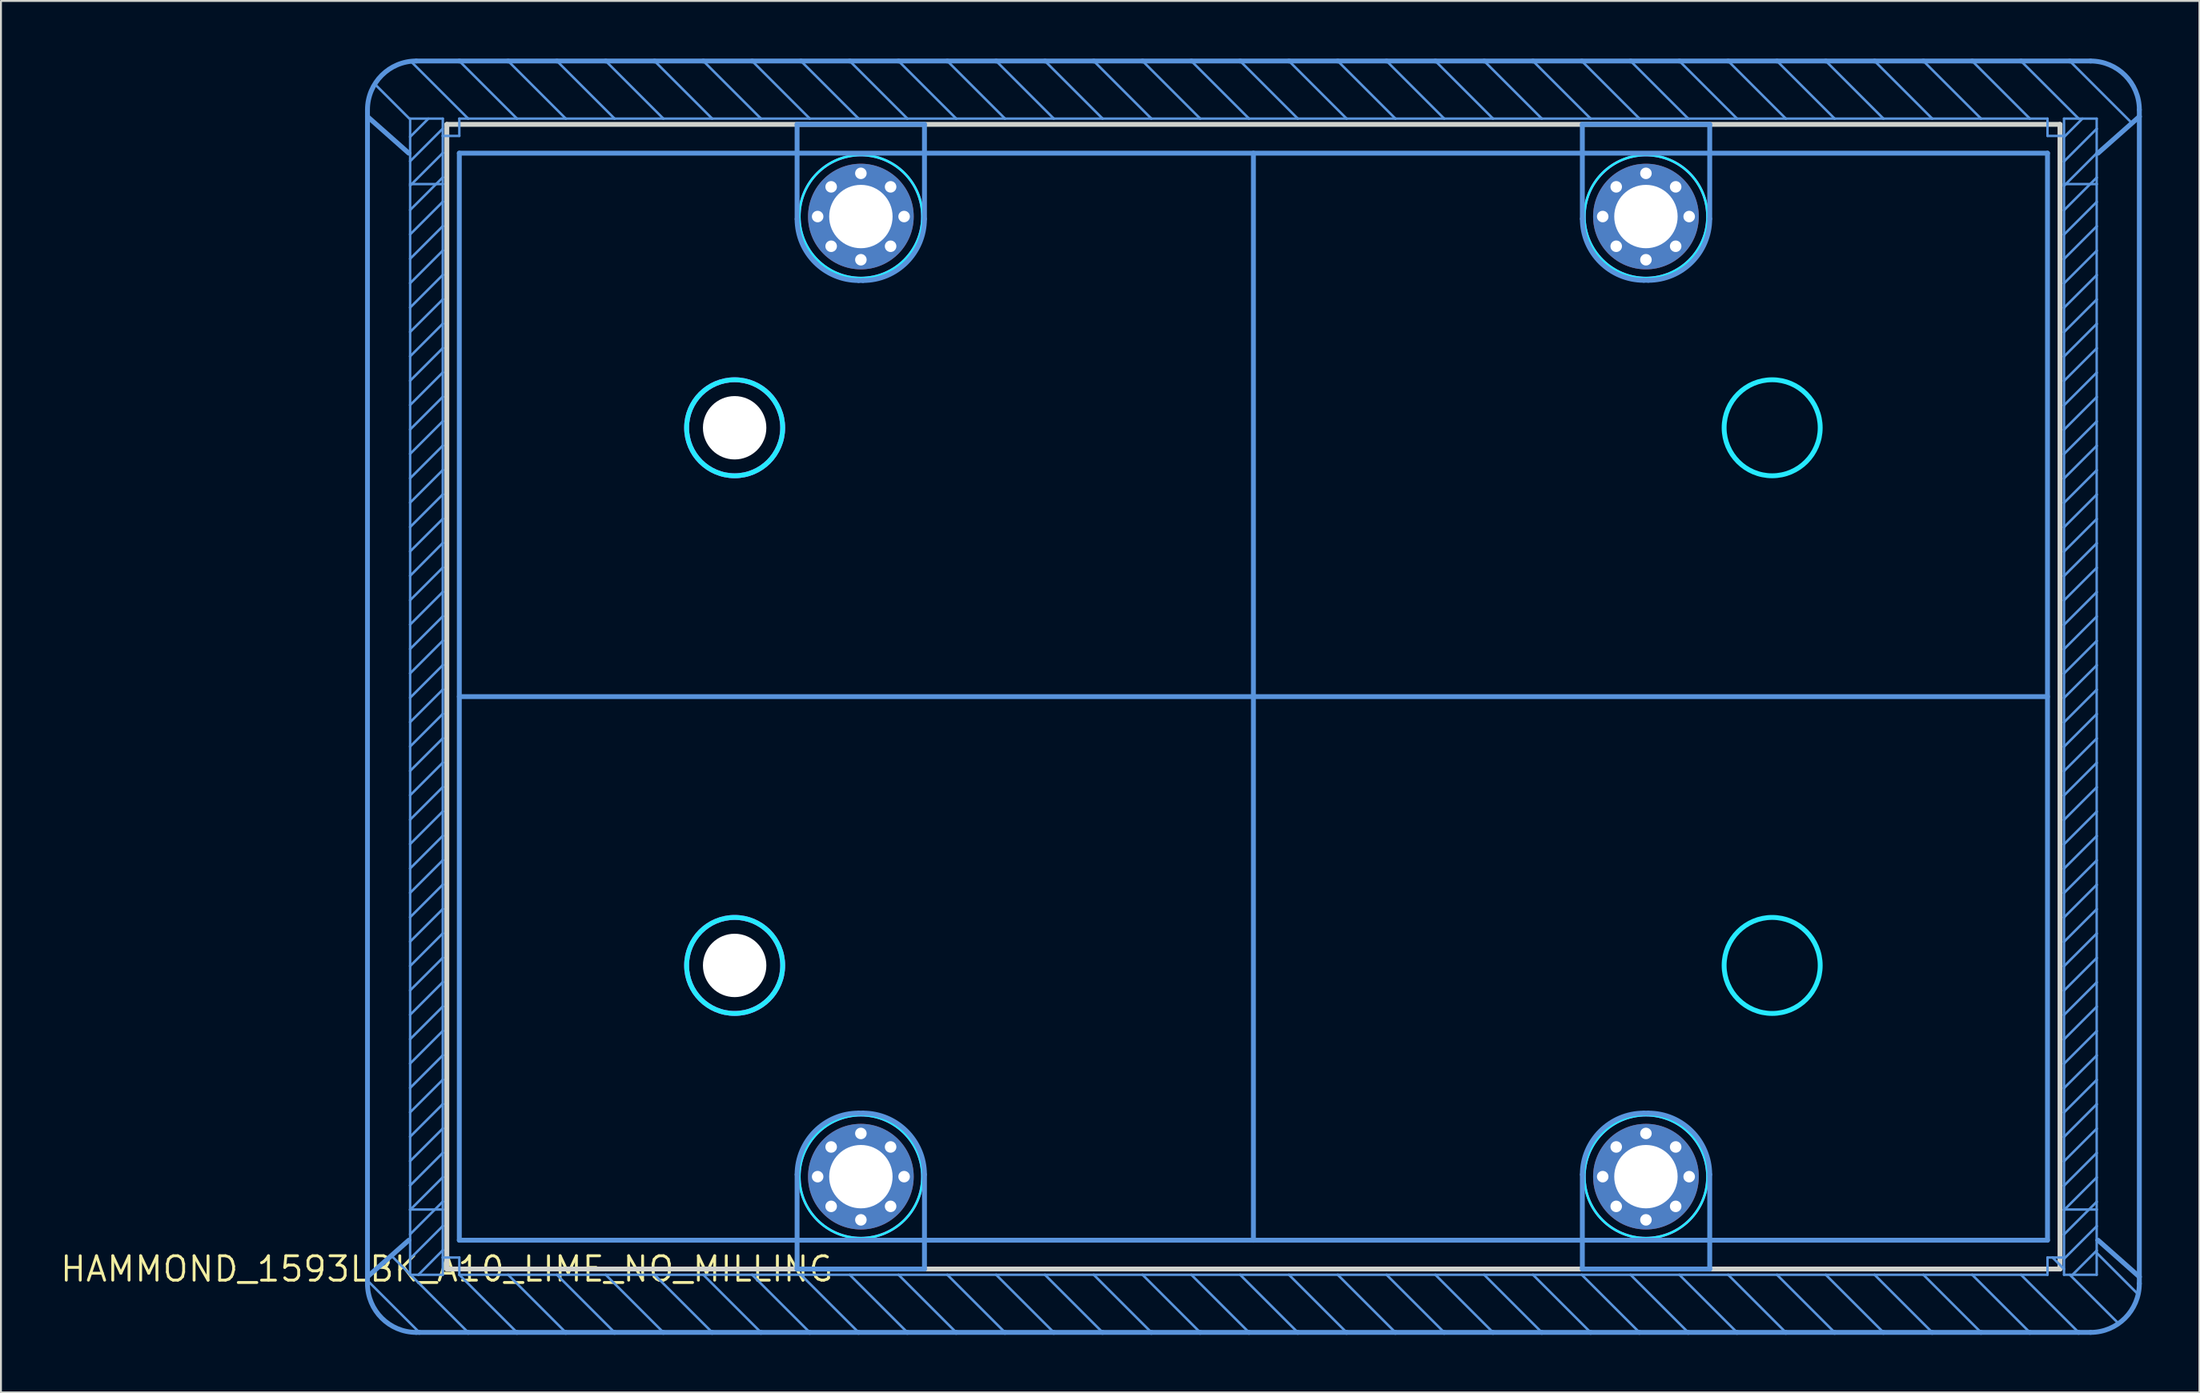
<source format=kicad_pcb>
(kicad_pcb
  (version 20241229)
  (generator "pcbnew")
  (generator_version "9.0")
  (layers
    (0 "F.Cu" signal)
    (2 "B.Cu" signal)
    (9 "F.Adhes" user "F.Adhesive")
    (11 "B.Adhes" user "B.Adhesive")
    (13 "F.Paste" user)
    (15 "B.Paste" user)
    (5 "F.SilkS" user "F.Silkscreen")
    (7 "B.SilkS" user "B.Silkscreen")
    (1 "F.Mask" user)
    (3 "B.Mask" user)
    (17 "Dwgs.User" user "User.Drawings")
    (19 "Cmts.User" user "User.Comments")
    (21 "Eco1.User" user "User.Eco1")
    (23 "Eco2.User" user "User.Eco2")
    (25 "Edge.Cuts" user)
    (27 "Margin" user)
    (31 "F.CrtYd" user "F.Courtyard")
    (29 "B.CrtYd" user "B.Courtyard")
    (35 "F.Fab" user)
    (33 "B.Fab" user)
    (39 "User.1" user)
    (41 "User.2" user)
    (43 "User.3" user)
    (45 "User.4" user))
  (footprint "HAMMOND_1593LBK_A10_LIME_NO_MILLING"
    (layer "F.Cu")
    (at 20.206 63.037)
    (property "Reference" "HAMMOND_1593LBK_A10_LIME_NO_MILLING" (at 0 0 0) (layer "F.SilkS") (effects (font (size 1.27 1.27) (thickness 0.15))))
    (fp_line (start -4.14 0.59) (end -1.43 3.3) (stroke (width 0.127) (type solid)) (layer "Cmts.User"))
    (fp_line (start -4.13 -60.015) (end -4.13 -60.37) (stroke (width 0.254) (type solid)) (layer "Cmts.User"))
    (fp_line (start -4.13 0.405) (end -4.13 -60.015) (stroke (width 0.254) (type solid)) (layer "Cmts.User"))
    (fp_line (start -4.13 0.405) (end -4.13 0.76) (stroke (width 0.254) (type solid)) (layer "Cmts.User"))
    (fp_line (start -3.74 -61.7) (end -1.95 -59.91) (stroke (width 0.127) (type solid)) (layer "Cmts.User"))
    (fp_line (start -2.88 -0.69) (end 1.11 3.3) (stroke (width 0.127) (type solid)) (layer "Cmts.User"))
    (fp_line (start -1.98 -58.11) (end -4.13 -60.015) (stroke (width 0.254) (type solid)) (layer "Cmts.User"))
    (fp_line (start -1.98 -1.5) (end -4.13 0.405) (stroke (width 0.254) (type solid)) (layer "Cmts.User"))
    (fp_line (start -1.91 -59.91) (end -1.91 -58.96) (stroke (width 0.127) (type solid)) (layer "Cmts.User"))
    (fp_line (start -1.91 -58.96) (end -1.91 -58.11) (stroke (width 0.127) (type solid)) (layer "Cmts.User"))
    (fp_line (start -1.91 -58.11) (end -1.98 -58.11) (stroke (width 0.127) (type solid)) (layer "Cmts.User"))
    (fp_line (start -1.91 -57.69) (end -1.91 -58.11) (stroke (width 0.127) (type solid)) (layer "Cmts.User"))
    (fp_line (start -1.91 -56.5) (end -1.91 -57.69) (stroke (width 0.127) (type solid)) (layer "Cmts.User"))
    (fp_line (start -1.91 -56.42) (end -1.91 -56.5) (stroke (width 0.127) (type solid)) (layer "Cmts.User"))
    (fp_line (start -1.91 -55.15) (end -1.91 -56.42) (stroke (width 0.127) (type solid)) (layer "Cmts.User"))
    (fp_line (start -1.91 -53.88) (end -1.91 -55.15) (stroke (width 0.127) (type solid)) (layer "Cmts.User"))
    (fp_line (start -1.91 -52.61) (end -1.91 -53.88) (stroke (width 0.127) (type solid)) (layer "Cmts.User"))
    (fp_line (start -1.91 -51.34) (end -1.91 -52.61) (stroke (width 0.127) (type solid)) (layer "Cmts.User"))
    (fp_line (start -1.91 -50.07) (end -1.91 -51.34) (stroke (width 0.127) (type solid)) (layer "Cmts.User"))
    (fp_line (start -1.91 -48.8) (end -1.91 -50.07) (stroke (width 0.127) (type solid)) (layer "Cmts.User"))
    (fp_line (start -1.91 -47.53) (end -1.91 -48.8) (stroke (width 0.127) (type solid)) (layer "Cmts.User"))
    (fp_line (start -1.91 -46.26) (end -1.91 -47.53) (stroke (width 0.127) (type solid)) (layer "Cmts.User"))
    (fp_line (start -1.91 -44.99) (end -1.91 -46.26) (stroke (width 0.127) (type solid)) (layer "Cmts.User"))
    (fp_line (start -1.91 -43.72) (end -1.91 -44.99) (stroke (width 0.127) (type solid)) (layer "Cmts.User"))
    (fp_line (start -1.91 -42.45) (end -1.91 -43.72) (stroke (width 0.127) (type solid)) (layer "Cmts.User"))
    (fp_line (start -1.91 -41.18) (end -1.91 -42.45) (stroke (width 0.127) (type solid)) (layer "Cmts.User"))
    (fp_line (start -1.91 -39.91) (end -1.91 -41.18) (stroke (width 0.127) (type solid)) (layer "Cmts.User"))
    (fp_line (start -1.91 -38.64) (end -1.91 -39.91) (stroke (width 0.127) (type solid)) (layer "Cmts.User"))
    (fp_line (start -1.91 -37.37) (end -1.91 -38.64) (stroke (width 0.127) (type solid)) (layer "Cmts.User"))
    (fp_line (start -1.91 -36.1) (end -1.91 -37.37) (stroke (width 0.127) (type solid)) (layer "Cmts.User"))
    (fp_line (start -1.91 -34.83) (end -1.91 -36.1) (stroke (width 0.127) (type solid)) (layer "Cmts.User"))
    (fp_line (start -1.91 -33.56) (end -1.91 -34.83) (stroke (width 0.127) (type solid)) (layer "Cmts.User"))
    (fp_line (start -1.91 -32.29) (end -1.91 -33.56) (stroke (width 0.127) (type solid)) (layer "Cmts.User"))
    (fp_line (start -1.91 -31.02) (end -1.91 -32.29) (stroke (width 0.127) (type solid)) (layer "Cmts.User"))
    (fp_line (start -1.91 -29.75) (end -1.91 -31.02) (stroke (width 0.127) (type solid)) (layer "Cmts.User"))
    (fp_line (start -1.91 -28.48) (end -1.91 -29.75) (stroke (width 0.127) (type solid)) (layer "Cmts.User"))
    (fp_line (start -1.91 -27.21) (end -1.91 -28.48) (stroke (width 0.127) (type solid)) (layer "Cmts.User"))
    (fp_line (start -1.91 -25.94) (end -1.91 -27.21) (stroke (width 0.127) (type solid)) (layer "Cmts.User"))
    (fp_line (start -1.91 -24.67) (end -1.91 -25.94) (stroke (width 0.127) (type solid)) (layer "Cmts.User"))
    (fp_line (start -1.91 -23.4) (end -1.91 -24.67) (stroke (width 0.127) (type solid)) (layer "Cmts.User"))
    (fp_line (start -1.91 -22.13) (end -1.91 -23.4) (stroke (width 0.127) (type solid)) (layer "Cmts.User"))
    (fp_line (start -1.91 -20.86) (end -1.91 -22.13) (stroke (width 0.127) (type solid)) (layer "Cmts.User"))
    (fp_line (start -1.91 -19.59) (end -1.91 -20.86) (stroke (width 0.127) (type solid)) (layer "Cmts.User"))
    (fp_line (start -1.91 -18.32) (end -1.91 -19.59) (stroke (width 0.127) (type solid)) (layer "Cmts.User"))
    (fp_line (start -1.91 -17.05) (end -1.91 -18.32) (stroke (width 0.127) (type solid)) (layer "Cmts.User"))
    (fp_line (start -1.91 -15.78) (end -1.91 -17.05) (stroke (width 0.127) (type solid)) (layer "Cmts.User"))
    (fp_line (start -1.91 -14.51) (end -1.91 -15.78) (stroke (width 0.127) (type solid)) (layer "Cmts.User"))
    (fp_line (start -1.91 -13.24) (end -1.91 -14.51) (stroke (width 0.127) (type solid)) (layer "Cmts.User"))
    (fp_line (start -1.91 -11.97) (end -1.91 -13.24) (stroke (width 0.127) (type solid)) (layer "Cmts.User"))
    (fp_line (start -1.91 -10.7) (end -1.91 -11.97) (stroke (width 0.127) (type solid)) (layer "Cmts.User"))
    (fp_line (start -1.91 -9.43) (end -1.91 -10.7) (stroke (width 0.127) (type solid)) (layer "Cmts.User"))
    (fp_line (start -1.91 -8.16) (end -1.91 -9.43) (stroke (width 0.127) (type solid)) (layer "Cmts.User"))
    (fp_line (start -1.91 -6.89) (end -1.91 -8.16) (stroke (width 0.127) (type solid)) (layer "Cmts.User"))
    (fp_line (start -1.91 -5.62) (end -1.91 -6.89) (stroke (width 0.127) (type solid)) (layer "Cmts.User"))
    (fp_line (start -1.91 -4.35) (end -1.91 -5.62) (stroke (width 0.127) (type solid)) (layer "Cmts.User"))
    (fp_line (start -1.91 -3.1) (end -1.91 -4.35) (stroke (width 0.127) (type solid)) (layer "Cmts.User"))
    (fp_line (start -1.91 -3.08) (end -1.91 -3.1) (stroke (width 0.127) (type solid)) (layer "Cmts.User"))
    (fp_line (start -1.91 -1.81) (end -1.91 -3.08) (stroke (width 0.127) (type solid)) (layer "Cmts.User"))
    (fp_line (start -1.91 -1.5) (end -1.98 -1.5) (stroke (width 0.127) (type solid)) (layer "Cmts.User"))
    (fp_line (start -1.91 -1.5) (end -1.91 -1.81) (stroke (width 0.127) (type solid)) (layer "Cmts.User"))
    (fp_line (start -1.91 -0.54) (end -1.91 -1.5) (stroke (width 0.127) (type solid)) (layer "Cmts.User"))
    (fp_line (start -1.91 0.3) (end -1.91 -0.54) (stroke (width 0.127) (type solid)) (layer "Cmts.User"))
    (fp_line (start -1.89 -62.91) (end 1.11 -59.91) (stroke (width 0.127) (type solid)) (layer "Cmts.User"))
    (fp_line (start -1.59 -62.91) (end 0.65 -62.91) (stroke (width 0.254) (type solid)) (layer "Cmts.User"))
    (fp_line (start -1.59 3.3) (end -1.43 3.3) (stroke (width 0.254) (type solid)) (layer "Cmts.User"))
    (fp_line (start -1.48 0.3) (end -1.91 0.3) (stroke (width 0.127) (type solid)) (layer "Cmts.User"))
    (fp_line (start -1.43 3.3) (end 1.11 3.3) (stroke (width 0.254) (type solid)) (layer "Cmts.User"))
    (fp_line (start -0.96 -59.91) (end -1.91 -58.96) (stroke (width 0.127) (type solid)) (layer "Cmts.User"))
    (fp_line (start -0.22 -59.38) (end -1.91 -57.69) (stroke (width 0.127) (type solid)) (layer "Cmts.User"))
    (fp_line (start -0.21 -59.91) (end -1.91 -59.91) (stroke (width 0.127) (type solid)) (layer "Cmts.User"))
    (fp_line (start -0.21 -59.01) (end -0.21 -59.91) (stroke (width 0.127) (type solid)) (layer "Cmts.User"))
    (fp_line (start -0.21 -58.12) (end -1.91 -56.42) (stroke (width 0.127) (type solid)) (layer "Cmts.User"))
    (fp_line (start -0.21 -58.12) (end -0.21 -59.01) (stroke (width 0.127) (type solid)) (layer "Cmts.User"))
    (fp_line (start -0.21 -56.85) (end -1.91 -55.15) (stroke (width 0.127) (type solid)) (layer "Cmts.User"))
    (fp_line (start -0.21 -56.85) (end -0.21 -58.12) (stroke (width 0.127) (type solid)) (layer "Cmts.User"))
    (fp_line (start -0.21 -56.5) (end -1.91 -56.5) (stroke (width 0.127) (type solid)) (layer "Cmts.User"))
    (fp_line (start -0.21 -56.5) (end -0.21 -56.85) (stroke (width 0.127) (type solid)) (layer "Cmts.User"))
    (fp_line (start -0.21 -55.58) (end -1.91 -53.88) (stroke (width 0.127) (type solid)) (layer "Cmts.User"))
    (fp_line (start -0.21 -55.58) (end -0.21 -56.5) (stroke (width 0.127) (type solid)) (layer "Cmts.User"))
    (fp_line (start -0.21 -54.31) (end -1.91 -52.61) (stroke (width 0.127) (type solid)) (layer "Cmts.User"))
    (fp_line (start -0.21 -54.31) (end -0.21 -55.58) (stroke (width 0.127) (type solid)) (layer "Cmts.User"))
    (fp_line (start -0.21 -53.04) (end -1.91 -51.34) (stroke (width 0.127) (type solid)) (layer "Cmts.User"))
    (fp_line (start -0.21 -53.04) (end -0.21 -54.31) (stroke (width 0.127) (type solid)) (layer "Cmts.User"))
    (fp_line (start -0.21 -51.77) (end -1.91 -50.07) (stroke (width 0.127) (type solid)) (layer "Cmts.User"))
    (fp_line (start -0.21 -51.77) (end -0.21 -53.04) (stroke (width 0.127) (type solid)) (layer "Cmts.User"))
    (fp_line (start -0.21 -50.5) (end -1.91 -48.8) (stroke (width 0.127) (type solid)) (layer "Cmts.User"))
    (fp_line (start -0.21 -50.5) (end -0.21 -51.77) (stroke (width 0.127) (type solid)) (layer "Cmts.User"))
    (fp_line (start -0.21 -49.23) (end -1.91 -47.53) (stroke (width 0.127) (type solid)) (layer "Cmts.User"))
    (fp_line (start -0.21 -49.23) (end -0.21 -50.5) (stroke (width 0.127) (type solid)) (layer "Cmts.User"))
    (fp_line (start -0.21 -47.96) (end -1.91 -46.26) (stroke (width 0.127) (type solid)) (layer "Cmts.User"))
    (fp_line (start -0.21 -47.96) (end -0.21 -49.23) (stroke (width 0.127) (type solid)) (layer "Cmts.User"))
    (fp_line (start -0.21 -46.69) (end -1.91 -44.99) (stroke (width 0.127) (type solid)) (layer "Cmts.User"))
    (fp_line (start -0.21 -46.69) (end -0.21 -47.96) (stroke (width 0.127) (type solid)) (layer "Cmts.User"))
    (fp_line (start -0.21 -45.42) (end -1.91 -43.72) (stroke (width 0.127) (type solid)) (layer "Cmts.User"))
    (fp_line (start -0.21 -45.42) (end -0.21 -46.69) (stroke (width 0.127) (type solid)) (layer "Cmts.User"))
    (fp_line (start -0.21 -44.15) (end -1.91 -42.45) (stroke (width 0.127) (type solid)) (layer "Cmts.User"))
    (fp_line (start -0.21 -44.15) (end -0.21 -45.42) (stroke (width 0.127) (type solid)) (layer "Cmts.User"))
    (fp_line (start -0.21 -42.88) (end -1.91 -41.18) (stroke (width 0.127) (type solid)) (layer "Cmts.User"))
    (fp_line (start -0.21 -42.88) (end -0.21 -44.15) (stroke (width 0.127) (type solid)) (layer "Cmts.User"))
    (fp_line (start -0.21 -41.61) (end -1.91 -39.91) (stroke (width 0.127) (type solid)) (layer "Cmts.User"))
    (fp_line (start -0.21 -41.61) (end -0.21 -42.88) (stroke (width 0.127) (type solid)) (layer "Cmts.User"))
    (fp_line (start -0.21 -40.34) (end -1.91 -38.64) (stroke (width 0.127) (type solid)) (layer "Cmts.User"))
    (fp_line (start -0.21 -40.34) (end -0.21 -41.61) (stroke (width 0.127) (type solid)) (layer "Cmts.User"))
    (fp_line (start -0.21 -39.07) (end -1.91 -37.37) (stroke (width 0.127) (type solid)) (layer "Cmts.User"))
    (fp_line (start -0.21 -39.07) (end -0.21 -40.34) (stroke (width 0.127) (type solid)) (layer "Cmts.User"))
    (fp_line (start -0.21 -37.81) (end -1.91 -36.1) (stroke (width 0.127) (type solid)) (layer "Cmts.User"))
    (fp_line (start -0.21 -37.81) (end -0.21 -39.07) (stroke (width 0.127) (type solid)) (layer "Cmts.User"))
    (fp_line (start -0.21 -36.53) (end -1.91 -34.83) (stroke (width 0.127) (type solid)) (layer "Cmts.User"))
    (fp_line (start -0.21 -36.53) (end -0.21 -37.81) (stroke (width 0.127) (type solid)) (layer "Cmts.User"))
    (fp_line (start -0.21 -35.26) (end -1.91 -33.56) (stroke (width 0.127) (type solid)) (layer "Cmts.User"))
    (fp_line (start -0.21 -35.26) (end -0.21 -36.53) (stroke (width 0.127) (type solid)) (layer "Cmts.User"))
    (fp_line (start -0.21 -33.99) (end -1.91 -32.29) (stroke (width 0.127) (type solid)) (layer "Cmts.User"))
    (fp_line (start -0.21 -33.99) (end -0.21 -35.26) (stroke (width 0.127) (type solid)) (layer "Cmts.User"))
    (fp_line (start -0.21 -32.72) (end -1.91 -31.02) (stroke (width 0.127) (type solid)) (layer "Cmts.User"))
    (fp_line (start -0.21 -32.72) (end -0.21 -33.99) (stroke (width 0.127) (type solid)) (layer "Cmts.User"))
    (fp_line (start -0.21 -31.45) (end -1.91 -29.75) (stroke (width 0.127) (type solid)) (layer "Cmts.User"))
    (fp_line (start -0.21 -31.45) (end -0.21 -32.72) (stroke (width 0.127) (type solid)) (layer "Cmts.User"))
    (fp_line (start -0.21 -30.18) (end -1.91 -28.48) (stroke (width 0.127) (type solid)) (layer "Cmts.User"))
    (fp_line (start -0.21 -30.18) (end -0.21 -31.45) (stroke (width 0.127) (type solid)) (layer "Cmts.User"))
    (fp_line (start -0.21 -28.91) (end -1.91 -27.21) (stroke (width 0.127) (type solid)) (layer "Cmts.User"))
    (fp_line (start -0.21 -28.91) (end -0.21 -30.18) (stroke (width 0.127) (type solid)) (layer "Cmts.User"))
    (fp_line (start -0.21 -27.64) (end -1.91 -25.94) (stroke (width 0.127) (type solid)) (layer "Cmts.User"))
    (fp_line (start -0.21 -27.64) (end -0.21 -28.91) (stroke (width 0.127) (type solid)) (layer "Cmts.User"))
    (fp_line (start -0.21 -26.37) (end -1.91 -24.67) (stroke (width 0.127) (type solid)) (layer "Cmts.User"))
    (fp_line (start -0.21 -26.37) (end -0.21 -27.64) (stroke (width 0.127) (type solid)) (layer "Cmts.User"))
    (fp_line (start -0.21 -25.1) (end -1.91 -23.4) (stroke (width 0.127) (type solid)) (layer "Cmts.User"))
    (fp_line (start -0.21 -25.1) (end -0.21 -26.37) (stroke (width 0.127) (type solid)) (layer "Cmts.User"))
    (fp_line (start -0.21 -23.83) (end -1.91 -22.13) (stroke (width 0.127) (type solid)) (layer "Cmts.User"))
    (fp_line (start -0.21 -23.83) (end -0.21 -25.1) (stroke (width 0.127) (type solid)) (layer "Cmts.User"))
    (fp_line (start -0.21 -22.56) (end -1.91 -20.86) (stroke (width 0.127) (type solid)) (layer "Cmts.User"))
    (fp_line (start -0.21 -22.56) (end -0.21 -23.83) (stroke (width 0.127) (type solid)) (layer "Cmts.User"))
    (fp_line (start -0.21 -21.29) (end -1.91 -19.59) (stroke (width 0.127) (type solid)) (layer "Cmts.User"))
    (fp_line (start -0.21 -21.29) (end -0.21 -22.56) (stroke (width 0.127) (type solid)) (layer "Cmts.User"))
    (fp_line (start -0.21 -20.02) (end -1.91 -18.32) (stroke (width 0.127) (type solid)) (layer "Cmts.User"))
    (fp_line (start -0.21 -20.02) (end -0.21 -21.29) (stroke (width 0.127) (type solid)) (layer "Cmts.User"))
    (fp_line (start -0.21 -18.75) (end -1.91 -17.05) (stroke (width 0.127) (type solid)) (layer "Cmts.User"))
    (fp_line (start -0.21 -18.75) (end -0.21 -20.02) (stroke (width 0.127) (type solid)) (layer "Cmts.User"))
    (fp_line (start -0.21 -17.48) (end -1.91 -15.78) (stroke (width 0.127) (type solid)) (layer "Cmts.User"))
    (fp_line (start -0.21 -17.48) (end -0.21 -18.75) (stroke (width 0.127) (type solid)) (layer "Cmts.User"))
    (fp_line (start -0.21 -16.21) (end -1.91 -14.51) (stroke (width 0.127) (type solid)) (layer "Cmts.User"))
    (fp_line (start -0.21 -16.21) (end -0.21 -17.48) (stroke (width 0.127) (type solid)) (layer "Cmts.User"))
    (fp_line (start -0.21 -14.94) (end -1.91 -13.24) (stroke (width 0.127) (type solid)) (layer "Cmts.User"))
    (fp_line (start -0.21 -14.94) (end -0.21 -16.21) (stroke (width 0.127) (type solid)) (layer "Cmts.User"))
    (fp_line (start -0.21 -13.67) (end -1.91 -11.97) (stroke (width 0.127) (type solid)) (layer "Cmts.User"))
    (fp_line (start -0.21 -13.67) (end -0.21 -14.94) (stroke (width 0.127) (type solid)) (layer "Cmts.User"))
    (fp_line (start -0.21 -12.4) (end -1.91 -10.7) (stroke (width 0.127) (type solid)) (layer "Cmts.User"))
    (fp_line (start -0.21 -12.4) (end -0.21 -13.67) (stroke (width 0.127) (type solid)) (layer "Cmts.User"))
    (fp_line (start -0.21 -11.13) (end -1.91 -9.43) (stroke (width 0.127) (type solid)) (layer "Cmts.User"))
    (fp_line (start -0.21 -11.13) (end -0.21 -12.4) (stroke (width 0.127) (type solid)) (layer "Cmts.User"))
    (fp_line (start -0.21 -9.86) (end -1.91 -8.16) (stroke (width 0.127) (type solid)) (layer "Cmts.User"))
    (fp_line (start -0.21 -9.86) (end -0.21 -11.13) (stroke (width 0.127) (type solid)) (layer "Cmts.User"))
    (fp_line (start -0.21 -8.59) (end -1.91 -6.89) (stroke (width 0.127) (type solid)) (layer "Cmts.User"))
    (fp_line (start -0.21 -8.59) (end -0.21 -9.86) (stroke (width 0.127) (type solid)) (layer "Cmts.User"))
    (fp_line (start -0.21 -7.32) (end -1.91 -5.62) (stroke (width 0.127) (type solid)) (layer "Cmts.User"))
    (fp_line (start -0.21 -7.32) (end -0.21 -8.59) (stroke (width 0.127) (type solid)) (layer "Cmts.User"))
    (fp_line (start -0.21 -6.05) (end -1.91 -4.35) (stroke (width 0.127) (type solid)) (layer "Cmts.User"))
    (fp_line (start -0.21 -6.05) (end -0.21 -7.32) (stroke (width 0.127) (type solid)) (layer "Cmts.User"))
    (fp_line (start -0.21 -4.78) (end -1.91 -3.08) (stroke (width 0.127) (type solid)) (layer "Cmts.User"))
    (fp_line (start -0.21 -4.78) (end -0.21 -6.05) (stroke (width 0.127) (type solid)) (layer "Cmts.User"))
    (fp_line (start -0.21 -3.51) (end -1.91 -1.81) (stroke (width 0.127) (type solid)) (layer "Cmts.User"))
    (fp_line (start -0.21 -3.51) (end -0.21 -4.78) (stroke (width 0.127) (type solid)) (layer "Cmts.User"))
    (fp_line (start -0.21 -3.1) (end -1.91 -3.1) (stroke (width 0.127) (type solid)) (layer "Cmts.User"))
    (fp_line (start -0.21 -3.1) (end -0.21 -3.51) (stroke (width 0.127) (type solid)) (layer "Cmts.User"))
    (fp_line (start -0.21 -2.24) (end -1.91 -0.54) (stroke (width 0.127) (type solid)) (layer "Cmts.User"))
    (fp_line (start -0.21 -2.24) (end -0.21 -3.1) (stroke (width 0.127) (type solid)) (layer "Cmts.User"))
    (fp_line (start -0.21 -0.98) (end -1.48 0.3) (stroke (width 0.127) (type solid)) (layer "Cmts.User"))
    (fp_line (start -0.21 -0.98) (end -0.21 -2.24) (stroke (width 0.127) (type solid)) (layer "Cmts.User"))
    (fp_line (start -0.21 -0.6) (end -0.21 -0.98) (stroke (width 0.127) (type solid)) (layer "Cmts.User"))
    (fp_line (start -0.21 -0.6) (end -0.21 0.3) (stroke (width 0.127) (type solid)) (layer "Cmts.User"))
    (fp_line (start -0.21 0.3) (end -1.48 0.3) (stroke (width 0.127) (type solid)) (layer "Cmts.User"))
    (fp_line (start 0.65 -62.91) (end 3.19 -62.91) (stroke (width 0.254) (type solid)) (layer "Cmts.User"))
    (fp_line (start 0.65 -62.91) (end 3.65 -59.91) (stroke (width 0.127) (type solid)) (layer "Cmts.User"))
    (fp_line (start 0.65 -59.91) (end 0.65 -59.01) (stroke (width 0.127) (type solid)) (layer "Cmts.User"))
    (fp_line (start 0.65 -59.91) (end 1.11 -59.91) (stroke (width 0.127) (type solid)) (layer "Cmts.User"))
    (fp_line (start 0.65 -59.01) (end -0.21 -59.01) (stroke (width 0.127) (type solid)) (layer "Cmts.User"))
    (fp_line (start 0.65 -58.11) (end 0.65 -1.5) (stroke (width 0.254) (type solid)) (layer "Cmts.User"))
    (fp_line (start 0.65 -29.81) (end 83.31 -29.81) (stroke (width 0.254) (type solid)) (layer "Cmts.User"))
    (fp_line (start 0.65 -1.5) (end 83.31 -1.5) (stroke (width 0.254) (type solid)) (layer "Cmts.User"))
    (fp_line (start 0.65 -0.6) (end -0.21 -0.6) (stroke (width 0.127) (type solid)) (layer "Cmts.User"))
    (fp_line (start 0.65 0.3) (end 0.65 -0.6) (stroke (width 0.127) (type solid)) (layer "Cmts.User"))
    (fp_line (start 0.65 0.3) (end 3.19 0.3) (stroke (width 0.127) (type solid)) (layer "Cmts.User"))
    (fp_line (start 0.65 0.3) (end 3.65 3.3) (stroke (width 0.127) (type solid)) (layer "Cmts.User"))
    (fp_line (start 1.11 -59.91) (end 3.65 -59.91) (stroke (width 0.127) (type solid)) (layer "Cmts.User"))
    (fp_line (start 3.19 -62.91) (end 5.73 -62.91) (stroke (width 0.254) (type solid)) (layer "Cmts.User"))
    (fp_line (start 3.19 -62.91) (end 6.19 -59.91) (stroke (width 0.127) (type solid)) (layer "Cmts.User"))
    (fp_line (start 3.19 0.3) (end 5.73 0.3) (stroke (width 0.127) (type solid)) (layer "Cmts.User"))
    (fp_line (start 3.19 0.3) (end 6.19 3.3) (stroke (width 0.127) (type solid)) (layer "Cmts.User"))
    (fp_line (start 3.65 -59.91) (end 6.19 -59.91) (stroke (width 0.127) (type solid)) (layer "Cmts.User"))
    (fp_line (start 3.65 3.3) (end 1.11 3.3) (stroke (width 0.254) (type solid)) (layer "Cmts.User"))
    (fp_line (start 5.73 -62.91) (end 8.27 -62.91) (stroke (width 0.254) (type solid)) (layer "Cmts.User"))
    (fp_line (start 5.73 -62.91) (end 8.73 -59.91) (stroke (width 0.127) (type solid)) (layer "Cmts.User"))
    (fp_line (start 5.73 0.3) (end 8.27 0.3) (stroke (width 0.127) (type solid)) (layer "Cmts.User"))
    (fp_line (start 5.73 0.3) (end 8.73 3.3) (stroke (width 0.127) (type solid)) (layer "Cmts.User"))
    (fp_line (start 6.19 -59.91) (end 8.73 -59.91) (stroke (width 0.127) (type solid)) (layer "Cmts.User"))
    (fp_line (start 6.19 3.3) (end 3.65 3.3) (stroke (width 0.254) (type solid)) (layer "Cmts.User"))
    (fp_line (start 8.27 -62.91) (end 10.81 -62.91) (stroke (width 0.254) (type solid)) (layer "Cmts.User"))
    (fp_line (start 8.27 -62.91) (end 11.27 -59.91) (stroke (width 0.127) (type solid)) (layer "Cmts.User"))
    (fp_line (start 8.27 0.3) (end 10.81 0.3) (stroke (width 0.127) (type solid)) (layer "Cmts.User"))
    (fp_line (start 8.27 0.3) (end 11.27 3.3) (stroke (width 0.127) (type solid)) (layer "Cmts.User"))
    (fp_line (start 8.73 -59.91) (end 11.27 -59.91) (stroke (width 0.127) (type solid)) (layer "Cmts.User"))
    (fp_line (start 8.73 3.3) (end 6.19 3.3) (stroke (width 0.254) (type solid)) (layer "Cmts.User"))
    (fp_line (start 10.81 -62.91) (end 13.35 -62.91) (stroke (width 0.254) (type solid)) (layer "Cmts.User"))
    (fp_line (start 10.81 -62.91) (end 13.81 -59.91) (stroke (width 0.127) (type solid)) (layer "Cmts.User"))
    (fp_line (start 10.81 0.3) (end 13.35 0.3) (stroke (width 0.127) (type solid)) (layer "Cmts.User"))
    (fp_line (start 10.81 0.3) (end 13.81 3.3) (stroke (width 0.127) (type solid)) (layer "Cmts.User"))
    (fp_line (start 11.27 -59.91) (end 13.81 -59.91) (stroke (width 0.127) (type solid)) (layer "Cmts.User"))
    (fp_line (start 11.27 3.3) (end 8.73 3.3) (stroke (width 0.254) (type solid)) (layer "Cmts.User"))
    (fp_line (start 13.35 -62.91) (end 15.89 -62.91) (stroke (width 0.254) (type solid)) (layer "Cmts.User"))
    (fp_line (start 13.35 -62.91) (end 16.35 -59.91) (stroke (width 0.127) (type solid)) (layer "Cmts.User"))
    (fp_line (start 13.35 0.3) (end 15.89 0.3) (stroke (width 0.127) (type solid)) (layer "Cmts.User"))
    (fp_line (start 13.35 0.3) (end 16.35 3.3) (stroke (width 0.127) (type solid)) (layer "Cmts.User"))
    (fp_line (start 13.81 -59.91) (end 16.35 -59.91) (stroke (width 0.127) (type solid)) (layer "Cmts.User"))
    (fp_line (start 13.81 3.3) (end 11.27 3.3) (stroke (width 0.254) (type solid)) (layer "Cmts.User"))
    (fp_line (start 14.11 -43.81) (end 14.98 -43.81) (stroke (width 0.254) (type solid)) (layer "Cmts.User"))
    (fp_line (start 14.11 -15.81) (end 14.98 -15.81) (stroke (width 0.254) (type solid)) (layer "Cmts.User"))
    (fp_line (start 14.98 -43.81) (end 14.98 -44.68) (stroke (width 0.254) (type solid)) (layer "Cmts.User"))
    (fp_line (start 14.98 -43.81) (end 14.98 -42.94) (stroke (width 0.254) (type solid)) (layer "Cmts.User"))
    (fp_line (start 14.98 -43.81) (end 15.85 -43.81) (stroke (width 0.254) (type solid)) (layer "Cmts.User"))
    (fp_line (start 14.98 -15.81) (end 14.98 -16.68) (stroke (width 0.254) (type solid)) (layer "Cmts.User"))
    (fp_line (start 14.98 -15.81) (end 14.98 -14.94) (stroke (width 0.254) (type solid)) (layer "Cmts.User"))
    (fp_line (start 14.98 -15.81) (end 15.85 -15.81) (stroke (width 0.254) (type solid)) (layer "Cmts.User"))
    (fp_line (start 15.89 -62.91) (end 18.43 -62.91) (stroke (width 0.254) (type solid)) (layer "Cmts.User"))
    (fp_line (start 15.89 -62.91) (end 18.89 -59.91) (stroke (width 0.127) (type solid)) (layer "Cmts.User"))
    (fp_line (start 15.89 0.3) (end 18.43 0.3) (stroke (width 0.127) (type solid)) (layer "Cmts.User"))
    (fp_line (start 15.89 0.3) (end 18.89 3.3) (stroke (width 0.127) (type solid)) (layer "Cmts.User"))
    (fp_line (start 16.35 -59.91) (end 18.89 -59.91) (stroke (width 0.127) (type solid)) (layer "Cmts.User"))
    (fp_line (start 16.35 3.3) (end 13.81 3.3) (stroke (width 0.254) (type solid)) (layer "Cmts.User"))
    (fp_line (start 18.23 -54.68) (end 18.23 -59.61) (stroke (width 0.254) (type solid)) (layer "Cmts.User"))
    (fp_line (start 18.23 0) (end 18.23 -4.92) (stroke (width 0.254) (type solid)) (layer "Cmts.User"))
    (fp_line (start 18.23 0) (end 24.86 0) (stroke (width 0.254) (type solid)) (layer "Cmts.User"))
    (fp_line (start 18.43 -62.91) (end 20.97 -62.91) (stroke (width 0.254) (type solid)) (layer "Cmts.User"))
    (fp_line (start 18.43 -62.91) (end 21.43 -59.91) (stroke (width 0.127) (type solid)) (layer "Cmts.User"))
    (fp_line (start 18.43 0.3) (end 20.97 0.3) (stroke (width 0.127) (type solid)) (layer "Cmts.User"))
    (fp_line (start 18.43 0.3) (end 21.43 3.3) (stroke (width 0.127) (type solid)) (layer "Cmts.User"))
    (fp_line (start 18.89 -59.91) (end 21.43 -59.91) (stroke (width 0.127) (type solid)) (layer "Cmts.User"))
    (fp_line (start 18.89 3.3) (end 16.35 3.3) (stroke (width 0.254) (type solid)) (layer "Cmts.User"))
    (fp_line (start 20.97 -62.91) (end 23.51 -62.91) (stroke (width 0.254) (type solid)) (layer "Cmts.User"))
    (fp_line (start 20.97 -62.91) (end 23.97 -59.91) (stroke (width 0.127) (type solid)) (layer "Cmts.User"))
    (fp_line (start 20.97 0.3) (end 23.51 0.3) (stroke (width 0.127) (type solid)) (layer "Cmts.User"))
    (fp_line (start 20.97 0.3) (end 23.97 3.3) (stroke (width 0.127) (type solid)) (layer "Cmts.User"))
    (fp_line (start 21.43 -59.91) (end 23.97 -59.91) (stroke (width 0.127) (type solid)) (layer "Cmts.User"))
    (fp_line (start 21.43 -8.12) (end 21.66 -8.12) (stroke (width 0.254) (type solid)) (layer "Cmts.User"))
    (fp_line (start 21.43 3.3) (end 18.89 3.3) (stroke (width 0.254) (type solid)) (layer "Cmts.User"))
    (fp_line (start 21.66 -51.48) (end 21.43 -51.48) (stroke (width 0.254) (type solid)) (layer "Cmts.User"))
    (fp_line (start 23.51 -62.91) (end 26.05 -62.91) (stroke (width 0.254) (type solid)) (layer "Cmts.User"))
    (fp_line (start 23.51 -62.91) (end 26.51 -59.91) (stroke (width 0.127) (type solid)) (layer "Cmts.User"))
    (fp_line (start 23.51 0.3) (end 26.05 0.3) (stroke (width 0.127) (type solid)) (layer "Cmts.User"))
    (fp_line (start 23.51 0.3) (end 26.51 3.3) (stroke (width 0.127) (type solid)) (layer "Cmts.User"))
    (fp_line (start 23.97 -59.91) (end 26.51 -59.91) (stroke (width 0.127) (type solid)) (layer "Cmts.User"))
    (fp_line (start 23.97 3.3) (end 21.43 3.3) (stroke (width 0.254) (type solid)) (layer "Cmts.User"))
    (fp_line (start 24.86 -59.61) (end 18.23 -59.61) (stroke (width 0.254) (type solid)) (layer "Cmts.User"))
    (fp_line (start 24.86 -59.61) (end 24.86 -54.68) (stroke (width 0.254) (type solid)) (layer "Cmts.User"))
    (fp_line (start 24.86 -4.92) (end 24.86 0) (stroke (width 0.254) (type solid)) (layer "Cmts.User"))
    (fp_line (start 26.05 -62.91) (end 28.59 -62.91) (stroke (width 0.254) (type solid)) (layer "Cmts.User"))
    (fp_line (start 26.05 -62.91) (end 29.05 -59.91) (stroke (width 0.127) (type solid)) (layer "Cmts.User"))
    (fp_line (start 26.05 0.3) (end 28.59 0.3) (stroke (width 0.127) (type solid)) (layer "Cmts.User"))
    (fp_line (start 26.05 0.3) (end 29.05 3.3) (stroke (width 0.127) (type solid)) (layer "Cmts.User"))
    (fp_line (start 26.51 -59.91) (end 29.05 -59.91) (stroke (width 0.127) (type solid)) (layer "Cmts.User"))
    (fp_line (start 26.51 3.3) (end 23.97 3.3) (stroke (width 0.254) (type solid)) (layer "Cmts.User"))
    (fp_line (start 28.59 -62.91) (end 31.13 -62.91) (stroke (width 0.254) (type solid)) (layer "Cmts.User"))
    (fp_line (start 28.59 -62.91) (end 31.59 -59.91) (stroke (width 0.127) (type solid)) (layer "Cmts.User"))
    (fp_line (start 28.59 0.3) (end 31.13 0.3) (stroke (width 0.127) (type solid)) (layer "Cmts.User"))
    (fp_line (start 28.59 0.3) (end 31.59 3.3) (stroke (width 0.127) (type solid)) (layer "Cmts.User"))
    (fp_line (start 29.05 -59.91) (end 31.59 -59.91) (stroke (width 0.127) (type solid)) (layer "Cmts.User"))
    (fp_line (start 29.05 3.3) (end 26.51 3.3) (stroke (width 0.254) (type solid)) (layer "Cmts.User"))
    (fp_line (start 31.13 -62.91) (end 33.67 -62.91) (stroke (width 0.254) (type solid)) (layer "Cmts.User"))
    (fp_line (start 31.13 -62.91) (end 34.13 -59.91) (stroke (width 0.127) (type solid)) (layer "Cmts.User"))
    (fp_line (start 31.13 0.3) (end 33.67 0.3) (stroke (width 0.127) (type solid)) (layer "Cmts.User"))
    (fp_line (start 31.13 0.3) (end 34.13 3.3) (stroke (width 0.127) (type solid)) (layer "Cmts.User"))
    (fp_line (start 31.59 -59.91) (end 34.13 -59.91) (stroke (width 0.127) (type solid)) (layer "Cmts.User"))
    (fp_line (start 31.59 3.3) (end 29.05 3.3) (stroke (width 0.254) (type solid)) (layer "Cmts.User"))
    (fp_line (start 33.67 -62.91) (end 36.21 -62.91) (stroke (width 0.254) (type solid)) (layer "Cmts.User"))
    (fp_line (start 33.67 -62.91) (end 36.67 -59.91) (stroke (width 0.127) (type solid)) (layer "Cmts.User"))
    (fp_line (start 33.67 0.3) (end 36.21 0.3) (stroke (width 0.127) (type solid)) (layer "Cmts.User"))
    (fp_line (start 33.67 0.3) (end 36.67 3.3) (stroke (width 0.127) (type solid)) (layer "Cmts.User"))
    (fp_line (start 34.13 -59.91) (end 36.67 -59.91) (stroke (width 0.127) (type solid)) (layer "Cmts.User"))
    (fp_line (start 34.13 3.3) (end 31.59 3.3) (stroke (width 0.254) (type solid)) (layer "Cmts.User"))
    (fp_line (start 36.21 -62.91) (end 38.75 -62.91) (stroke (width 0.254) (type solid)) (layer "Cmts.User"))
    (fp_line (start 36.21 -62.91) (end 39.21 -59.91) (stroke (width 0.127) (type solid)) (layer "Cmts.User"))
    (fp_line (start 36.21 0.3) (end 38.75 0.3) (stroke (width 0.127) (type solid)) (layer "Cmts.User"))
    (fp_line (start 36.21 0.3) (end 39.21 3.3) (stroke (width 0.127) (type solid)) (layer "Cmts.User"))
    (fp_line (start 36.67 -59.91) (end 39.21 -59.91) (stroke (width 0.127) (type solid)) (layer "Cmts.User"))
    (fp_line (start 36.67 3.3) (end 34.13 3.3) (stroke (width 0.254) (type solid)) (layer "Cmts.User"))
    (fp_line (start 38.75 -62.91) (end 41.29 -62.91) (stroke (width 0.254) (type solid)) (layer "Cmts.User"))
    (fp_line (start 38.75 -62.91) (end 41.75 -59.91) (stroke (width 0.127) (type solid)) (layer "Cmts.User"))
    (fp_line (start 38.75 0.3) (end 41.29 0.3) (stroke (width 0.127) (type solid)) (layer "Cmts.User"))
    (fp_line (start 38.75 0.3) (end 41.75 3.3) (stroke (width 0.127) (type solid)) (layer "Cmts.User"))
    (fp_line (start 39.21 -59.91) (end 41.75 -59.91) (stroke (width 0.127) (type solid)) (layer "Cmts.User"))
    (fp_line (start 39.21 3.3) (end 36.67 3.3) (stroke (width 0.254) (type solid)) (layer "Cmts.User"))
    (fp_line (start 41.29 -62.91) (end 43.83 -62.91) (stroke (width 0.254) (type solid)) (layer "Cmts.User"))
    (fp_line (start 41.29 -62.91) (end 44.29 -59.91) (stroke (width 0.127) (type solid)) (layer "Cmts.User"))
    (fp_line (start 41.29 0.3) (end 43.83 0.3) (stroke (width 0.127) (type solid)) (layer "Cmts.User"))
    (fp_line (start 41.29 0.3) (end 44.29 3.3) (stroke (width 0.127) (type solid)) (layer "Cmts.User"))
    (fp_line (start 41.75 -59.91) (end 44.29 -59.91) (stroke (width 0.127) (type solid)) (layer "Cmts.User"))
    (fp_line (start 41.75 3.3) (end 39.21 3.3) (stroke (width 0.254) (type solid)) (layer "Cmts.User"))
    (fp_line (start 41.98 -1.5) (end 41.98 -58.11) (stroke (width 0.254) (type solid)) (layer "Cmts.User"))
    (fp_line (start 43.83 -62.91) (end 46.37 -62.91) (stroke (width 0.254) (type solid)) (layer "Cmts.User"))
    (fp_line (start 43.83 -62.91) (end 46.83 -59.91) (stroke (width 0.127) (type solid)) (layer "Cmts.User"))
    (fp_line (start 43.83 0.3) (end 46.37 0.3) (stroke (width 0.127) (type solid)) (layer "Cmts.User"))
    (fp_line (start 43.83 0.3) (end 46.83 3.3) (stroke (width 0.127) (type solid)) (layer "Cmts.User"))
    (fp_line (start 44.29 -59.91) (end 46.83 -59.91) (stroke (width 0.127) (type solid)) (layer "Cmts.User"))
    (fp_line (start 44.29 3.3) (end 41.75 3.3) (stroke (width 0.254) (type solid)) (layer "Cmts.User"))
    (fp_line (start 46.37 -62.91) (end 48.91 -62.91) (stroke (width 0.254) (type solid)) (layer "Cmts.User"))
    (fp_line (start 46.37 -62.91) (end 49.37 -59.91) (stroke (width 0.127) (type solid)) (layer "Cmts.User"))
    (fp_line (start 46.37 0.3) (end 48.91 0.3) (stroke (width 0.127) (type solid)) (layer "Cmts.User"))
    (fp_line (start 46.37 0.3) (end 49.37 3.3) (stroke (width 0.127) (type solid)) (layer "Cmts.User"))
    (fp_line (start 46.83 -59.91) (end 49.37 -59.91) (stroke (width 0.127) (type solid)) (layer "Cmts.User"))
    (fp_line (start 46.83 3.3) (end 44.29 3.3) (stroke (width 0.254) (type solid)) (layer "Cmts.User"))
    (fp_line (start 48.91 -62.91) (end 51.45 -62.91) (stroke (width 0.254) (type solid)) (layer "Cmts.User"))
    (fp_line (start 48.91 -62.91) (end 51.91 -59.91) (stroke (width 0.127) (type solid)) (layer "Cmts.User"))
    (fp_line (start 48.91 0.3) (end 51.45 0.3) (stroke (width 0.127) (type solid)) (layer "Cmts.User"))
    (fp_line (start 48.91 0.3) (end 51.91 3.3) (stroke (width 0.127) (type solid)) (layer "Cmts.User"))
    (fp_line (start 49.37 -59.91) (end 51.91 -59.91) (stroke (width 0.127) (type solid)) (layer "Cmts.User"))
    (fp_line (start 49.37 3.3) (end 46.83 3.3) (stroke (width 0.254) (type solid)) (layer "Cmts.User"))
    (fp_line (start 51.45 -62.91) (end 53.99 -62.91) (stroke (width 0.254) (type solid)) (layer "Cmts.User"))
    (fp_line (start 51.45 -62.91) (end 54.45 -59.91) (stroke (width 0.127) (type solid)) (layer "Cmts.User"))
    (fp_line (start 51.45 0.3) (end 53.99 0.3) (stroke (width 0.127) (type solid)) (layer "Cmts.User"))
    (fp_line (start 51.45 0.3) (end 54.45 3.3) (stroke (width 0.127) (type solid)) (layer "Cmts.User"))
    (fp_line (start 51.91 -59.91) (end 54.45 -59.91) (stroke (width 0.127) (type solid)) (layer "Cmts.User"))
    (fp_line (start 51.91 3.3) (end 49.37 3.3) (stroke (width 0.254) (type solid)) (layer "Cmts.User"))
    (fp_line (start 53.99 -62.91) (end 56.53 -62.91) (stroke (width 0.254) (type solid)) (layer "Cmts.User"))
    (fp_line (start 53.99 -62.91) (end 56.99 -59.91) (stroke (width 0.127) (type solid)) (layer "Cmts.User"))
    (fp_line (start 53.99 0.3) (end 56.53 0.3) (stroke (width 0.127) (type solid)) (layer "Cmts.User"))
    (fp_line (start 53.99 0.3) (end 56.99 3.3) (stroke (width 0.127) (type solid)) (layer "Cmts.User"))
    (fp_line (start 54.45 -59.91) (end 56.99 -59.91) (stroke (width 0.127) (type solid)) (layer "Cmts.User"))
    (fp_line (start 54.45 3.3) (end 51.91 3.3) (stroke (width 0.254) (type solid)) (layer "Cmts.User"))
    (fp_line (start 56.53 -62.91) (end 59.07 -62.91) (stroke (width 0.254) (type solid)) (layer "Cmts.User"))
    (fp_line (start 56.53 -62.91) (end 59.53 -59.91) (stroke (width 0.127) (type solid)) (layer "Cmts.User"))
    (fp_line (start 56.53 0.3) (end 59.07 0.3) (stroke (width 0.127) (type solid)) (layer "Cmts.User"))
    (fp_line (start 56.53 0.3) (end 59.53 3.3) (stroke (width 0.127) (type solid)) (layer "Cmts.User"))
    (fp_line (start 56.99 -59.91) (end 59.53 -59.91) (stroke (width 0.127) (type solid)) (layer "Cmts.User"))
    (fp_line (start 56.99 3.3) (end 54.45 3.3) (stroke (width 0.254) (type solid)) (layer "Cmts.User"))
    (fp_line (start 59.07 -62.91) (end 61.61 -62.91) (stroke (width 0.254) (type solid)) (layer "Cmts.User"))
    (fp_line (start 59.07 -62.91) (end 62.07 -59.91) (stroke (width 0.127) (type solid)) (layer "Cmts.User"))
    (fp_line (start 59.07 0.3) (end 61.61 0.3) (stroke (width 0.127) (type solid)) (layer "Cmts.User"))
    (fp_line (start 59.07 0.3) (end 62.07 3.3) (stroke (width 0.127) (type solid)) (layer "Cmts.User"))
    (fp_line (start 59.1 -59.61) (end 59.1 -54.69) (stroke (width 0.254) (type solid)) (layer "Cmts.User"))
    (fp_line (start 59.1 -4.92) (end 59.1 0) (stroke (width 0.254) (type solid)) (layer "Cmts.User"))
    (fp_line (start 59.1 0) (end 65.73 0) (stroke (width 0.254) (type solid)) (layer "Cmts.User"))
    (fp_line (start 59.53 -59.91) (end 62.07 -59.91) (stroke (width 0.127) (type solid)) (layer "Cmts.User"))
    (fp_line (start 59.53 3.3) (end 56.99 3.3) (stroke (width 0.254) (type solid)) (layer "Cmts.User"))
    (fp_line (start 61.61 -62.91) (end 64.15 -62.91) (stroke (width 0.254) (type solid)) (layer "Cmts.User"))
    (fp_line (start 61.61 -62.91) (end 64.61 -59.91) (stroke (width 0.127) (type solid)) (layer "Cmts.User"))
    (fp_line (start 61.61 0.3) (end 64.15 0.3) (stroke (width 0.127) (type solid)) (layer "Cmts.User"))
    (fp_line (start 61.61 0.3) (end 64.61 3.3) (stroke (width 0.127) (type solid)) (layer "Cmts.User"))
    (fp_line (start 62.07 -59.91) (end 64.61 -59.91) (stroke (width 0.127) (type solid)) (layer "Cmts.User"))
    (fp_line (start 62.07 3.3) (end 59.53 3.3) (stroke (width 0.254) (type solid)) (layer "Cmts.User"))
    (fp_line (start 62.3 -51.49) (end 62.53 -51.49) (stroke (width 0.254) (type solid)) (layer "Cmts.User"))
    (fp_line (start 62.53 -8.12) (end 62.3 -8.12) (stroke (width 0.254) (type solid)) (layer "Cmts.User"))
    (fp_line (start 64.15 -62.91) (end 66.69 -62.91) (stroke (width 0.254) (type solid)) (layer "Cmts.User"))
    (fp_line (start 64.15 -62.91) (end 67.15 -59.91) (stroke (width 0.127) (type solid)) (layer "Cmts.User"))
    (fp_line (start 64.15 0.3) (end 66.69 0.3) (stroke (width 0.127) (type solid)) (layer "Cmts.User"))
    (fp_line (start 64.15 0.3) (end 67.15 3.3) (stroke (width 0.127) (type solid)) (layer "Cmts.User"))
    (fp_line (start 64.61 -59.91) (end 67.15 -59.91) (stroke (width 0.127) (type solid)) (layer "Cmts.User"))
    (fp_line (start 64.61 3.3) (end 62.07 3.3) (stroke (width 0.254) (type solid)) (layer "Cmts.User"))
    (fp_line (start 65.73 -59.61) (end 59.1 -59.61) (stroke (width 0.254) (type solid)) (layer "Cmts.User"))
    (fp_line (start 65.73 -54.69) (end 65.73 -59.61) (stroke (width 0.254) (type solid)) (layer "Cmts.User"))
    (fp_line (start 65.73 0) (end 65.73 -4.92) (stroke (width 0.254) (type solid)) (layer "Cmts.User"))
    (fp_line (start 66.69 -62.91) (end 69.23 -62.91) (stroke (width 0.254) (type solid)) (layer "Cmts.User"))
    (fp_line (start 66.69 -62.91) (end 69.69 -59.91) (stroke (width 0.127) (type solid)) (layer "Cmts.User"))
    (fp_line (start 66.69 0.3) (end 69.23 0.3) (stroke (width 0.127) (type solid)) (layer "Cmts.User"))
    (fp_line (start 66.69 0.3) (end 69.69 3.3) (stroke (width 0.127) (type solid)) (layer "Cmts.User"))
    (fp_line (start 67.15 -59.91) (end 69.69 -59.91) (stroke (width 0.127) (type solid)) (layer "Cmts.User"))
    (fp_line (start 67.15 3.3) (end 64.61 3.3) (stroke (width 0.254) (type solid)) (layer "Cmts.User"))
    (fp_line (start 69.23 -62.91) (end 71.77 -62.91) (stroke (width 0.254) (type solid)) (layer "Cmts.User"))
    (fp_line (start 69.23 -62.91) (end 72.23 -59.91) (stroke (width 0.127) (type solid)) (layer "Cmts.User"))
    (fp_line (start 69.23 0.3) (end 71.77 0.3) (stroke (width 0.127) (type solid)) (layer "Cmts.User"))
    (fp_line (start 69.23 0.3) (end 72.23 3.3) (stroke (width 0.127) (type solid)) (layer "Cmts.User"))
    (fp_line (start 69.69 -59.91) (end 72.23 -59.91) (stroke (width 0.127) (type solid)) (layer "Cmts.User"))
    (fp_line (start 69.69 3.3) (end 67.15 3.3) (stroke (width 0.254) (type solid)) (layer "Cmts.User"))
    (fp_line (start 71.77 -62.91) (end 74.31 -62.91) (stroke (width 0.254) (type solid)) (layer "Cmts.User"))
    (fp_line (start 71.77 -62.91) (end 74.77 -59.91) (stroke (width 0.127) (type solid)) (layer "Cmts.User"))
    (fp_line (start 71.77 0.3) (end 74.31 0.3) (stroke (width 0.127) (type solid)) (layer "Cmts.User"))
    (fp_line (start 71.77 0.3) (end 74.77 3.3) (stroke (width 0.127) (type solid)) (layer "Cmts.User"))
    (fp_line (start 72.23 -59.91) (end 74.77 -59.91) (stroke (width 0.127) (type solid)) (layer "Cmts.User"))
    (fp_line (start 72.23 3.3) (end 69.69 3.3) (stroke (width 0.254) (type solid)) (layer "Cmts.User"))
    (fp_line (start 74.31 -62.91) (end 76.85 -62.91) (stroke (width 0.254) (type solid)) (layer "Cmts.User"))
    (fp_line (start 74.31 -62.91) (end 77.31 -59.91) (stroke (width 0.127) (type solid)) (layer "Cmts.User"))
    (fp_line (start 74.31 0.3) (end 76.85 0.3) (stroke (width 0.127) (type solid)) (layer "Cmts.User"))
    (fp_line (start 74.31 0.3) (end 77.31 3.3) (stroke (width 0.127) (type solid)) (layer "Cmts.User"))
    (fp_line (start 74.77 -59.91) (end 77.31 -59.91) (stroke (width 0.127) (type solid)) (layer "Cmts.User"))
    (fp_line (start 74.77 3.3) (end 72.23 3.3) (stroke (width 0.254) (type solid)) (layer "Cmts.User"))
    (fp_line (start 76.85 -62.91) (end 79.39 -62.91) (stroke (width 0.254) (type solid)) (layer "Cmts.User"))
    (fp_line (start 76.85 -62.91) (end 79.85 -59.91) (stroke (width 0.127) (type solid)) (layer "Cmts.User"))
    (fp_line (start 76.85 0.3) (end 79.39 0.3) (stroke (width 0.127) (type solid)) (layer "Cmts.User"))
    (fp_line (start 76.85 0.3) (end 79.85 3.3) (stroke (width 0.127) (type solid)) (layer "Cmts.User"))
    (fp_line (start 77.31 -59.91) (end 79.85 -59.91) (stroke (width 0.127) (type solid)) (layer "Cmts.User"))
    (fp_line (start 77.31 3.3) (end 74.77 3.3) (stroke (width 0.254) (type solid)) (layer "Cmts.User"))
    (fp_line (start 79.39 -62.91) (end 81.93 -62.91) (stroke (width 0.254) (type solid)) (layer "Cmts.User"))
    (fp_line (start 79.39 -62.91) (end 82.39 -59.91) (stroke (width 0.127) (type solid)) (layer "Cmts.User"))
    (fp_line (start 79.39 0.3) (end 81.93 0.3) (stroke (width 0.127) (type solid)) (layer "Cmts.User"))
    (fp_line (start 79.39 0.3) (end 82.39 3.3) (stroke (width 0.127) (type solid)) (layer "Cmts.User"))
    (fp_line (start 79.85 -59.91) (end 82.39 -59.91) (stroke (width 0.127) (type solid)) (layer "Cmts.User"))
    (fp_line (start 79.85 3.3) (end 77.31 3.3) (stroke (width 0.254) (type solid)) (layer "Cmts.User"))
    (fp_line (start 81.93 -62.91) (end 84.47 -62.91) (stroke (width 0.254) (type solid)) (layer "Cmts.User"))
    (fp_line (start 81.93 -62.91) (end 84.93 -59.91) (stroke (width 0.127) (type solid)) (layer "Cmts.User"))
    (fp_line (start 81.93 0.3) (end 83.31 0.3) (stroke (width 0.127) (type solid)) (layer "Cmts.User"))
    (fp_line (start 81.93 0.3) (end 84.93 3.3) (stroke (width 0.127) (type solid)) (layer "Cmts.User"))
    (fp_line (start 82.39 -59.91) (end 83.31 -59.91) (stroke (width 0.127) (type solid)) (layer "Cmts.User"))
    (fp_line (start 82.39 3.3) (end 79.85 3.3) (stroke (width 0.254) (type solid)) (layer "Cmts.User"))
    (fp_line (start 83.31 -59.91) (end 83.31 -59.01) (stroke (width 0.127) (type solid)) (layer "Cmts.User"))
    (fp_line (start 83.31 -59.01) (end 84.17 -59.01) (stroke (width 0.127) (type solid)) (layer "Cmts.User"))
    (fp_line (start 83.31 -58.11) (end 0.65 -58.11) (stroke (width 0.254) (type solid)) (layer "Cmts.User"))
    (fp_line (start 83.31 -1.5) (end 83.31 -58.11) (stroke (width 0.254) (type solid)) (layer "Cmts.User"))
    (fp_line (start 83.31 -0.6) (end 84.17 -0.6) (stroke (width 0.127) (type solid)) (layer "Cmts.User"))
    (fp_line (start 83.31 0.3) (end 83.31 -0.6) (stroke (width 0.127) (type solid)) (layer "Cmts.User"))
    (fp_line (start 83.57 -0.6) (end 84.17 0) (stroke (width 0.127) (type solid)) (layer "Cmts.User"))
    (fp_line (start 84.17 -59.91) (end 85.87 -59.91) (stroke (width 0.127) (type solid)) (layer "Cmts.User"))
    (fp_line (start 84.17 -59.01) (end 84.17 -59.91) (stroke (width 0.127) (type solid)) (layer "Cmts.User"))
    (fp_line (start 84.17 -58.95) (end 84.17 -59.01) (stroke (width 0.127) (type solid)) (layer "Cmts.User"))
    (fp_line (start 84.17 -57.68) (end 84.17 -58.95) (stroke (width 0.127) (type solid)) (layer "Cmts.User"))
    (fp_line (start 84.17 -56.5) (end 84.17 -57.68) (stroke (width 0.127) (type solid)) (layer "Cmts.User"))
    (fp_line (start 84.17 -56.5) (end 85.87 -56.5) (stroke (width 0.127) (type solid)) (layer "Cmts.User"))
    (fp_line (start 84.17 -56.41) (end 84.17 -56.5) (stroke (width 0.127) (type solid)) (layer "Cmts.User"))
    (fp_line (start 84.17 -55.14) (end 84.17 -56.41) (stroke (width 0.127) (type solid)) (layer "Cmts.User"))
    (fp_line (start 84.17 -53.87) (end 84.17 -55.14) (stroke (width 0.127) (type solid)) (layer "Cmts.User"))
    (fp_line (start 84.17 -52.6) (end 84.17 -53.87) (stroke (width 0.127) (type solid)) (layer "Cmts.User"))
    (fp_line (start 84.17 -51.33) (end 84.17 -52.6) (stroke (width 0.127) (type solid)) (layer "Cmts.User"))
    (fp_line (start 84.17 -50.06) (end 84.17 -51.33) (stroke (width 0.127) (type solid)) (layer "Cmts.User"))
    (fp_line (start 84.17 -48.79) (end 84.17 -50.06) (stroke (width 0.127) (type solid)) (layer "Cmts.User"))
    (fp_line (start 84.17 -47.52) (end 84.17 -48.79) (stroke (width 0.127) (type solid)) (layer "Cmts.User"))
    (fp_line (start 84.17 -46.25) (end 84.17 -47.52) (stroke (width 0.127) (type solid)) (layer "Cmts.User"))
    (fp_line (start 84.17 -44.98) (end 84.17 -46.25) (stroke (width 0.127) (type solid)) (layer "Cmts.User"))
    (fp_line (start 84.17 -43.71) (end 84.17 -44.98) (stroke (width 0.127) (type solid)) (layer "Cmts.User"))
    (fp_line (start 84.17 -42.44) (end 84.17 -43.71) (stroke (width 0.127) (type solid)) (layer "Cmts.User"))
    (fp_line (start 84.17 -41.17) (end 84.17 -42.44) (stroke (width 0.127) (type solid)) (layer "Cmts.User"))
    (fp_line (start 84.17 -39.9) (end 84.17 -41.17) (stroke (width 0.127) (type solid)) (layer "Cmts.User"))
    (fp_line (start 84.17 -38.63) (end 84.17 -39.9) (stroke (width 0.127) (type solid)) (layer "Cmts.User"))
    (fp_line (start 84.17 -37.36) (end 84.17 -38.63) (stroke (width 0.127) (type solid)) (layer "Cmts.User"))
    (fp_line (start 84.17 -36.09) (end 84.17 -37.36) (stroke (width 0.127) (type solid)) (layer "Cmts.User"))
    (fp_line (start 84.17 -34.82) (end 84.17 -36.09) (stroke (width 0.127) (type solid)) (layer "Cmts.User"))
    (fp_line (start 84.17 -33.55) (end 84.17 -34.82) (stroke (width 0.127) (type solid)) (layer "Cmts.User"))
    (fp_line (start 84.17 -32.28) (end 84.17 -33.55) (stroke (width 0.127) (type solid)) (layer "Cmts.User"))
    (fp_line (start 84.17 -31.01) (end 84.17 -32.28) (stroke (width 0.127) (type solid)) (layer "Cmts.User"))
    (fp_line (start 84.17 -29.74) (end 84.17 -31.01) (stroke (width 0.127) (type solid)) (layer "Cmts.User"))
    (fp_line (start 84.17 -28.47) (end 84.17 -29.74) (stroke (width 0.127) (type solid)) (layer "Cmts.User"))
    (fp_line (start 84.17 -27.2) (end 84.17 -28.47) (stroke (width 0.127) (type solid)) (layer "Cmts.User"))
    (fp_line (start 84.17 -25.93) (end 84.17 -27.2) (stroke (width 0.127) (type solid)) (layer "Cmts.User"))
    (fp_line (start 84.17 -24.66) (end 84.17 -25.93) (stroke (width 0.127) (type solid)) (layer "Cmts.User"))
    (fp_line (start 84.17 -23.39) (end 84.17 -24.66) (stroke (width 0.127) (type solid)) (layer "Cmts.User"))
    (fp_line (start 84.17 -22.12) (end 84.17 -23.39) (stroke (width 0.127) (type solid)) (layer "Cmts.User"))
    (fp_line (start 84.17 -20.85) (end 84.17 -22.12) (stroke (width 0.127) (type solid)) (layer "Cmts.User"))
    (fp_line (start 84.17 -19.58) (end 84.17 -20.85) (stroke (width 0.127) (type solid)) (layer "Cmts.User"))
    (fp_line (start 84.17 -18.31) (end 84.17 -19.58) (stroke (width 0.127) (type solid)) (layer "Cmts.User"))
    (fp_line (start 84.17 -17.04) (end 84.17 -18.31) (stroke (width 0.127) (type solid)) (layer "Cmts.User"))
    (fp_line (start 84.17 -15.77) (end 84.17 -17.04) (stroke (width 0.127) (type solid)) (layer "Cmts.User"))
    (fp_line (start 84.17 -14.5) (end 84.17 -15.77) (stroke (width 0.127) (type solid)) (layer "Cmts.User"))
    (fp_line (start 84.17 -13.23) (end 84.17 -14.5) (stroke (width 0.127) (type solid)) (layer "Cmts.User"))
    (fp_line (start 84.17 -11.96) (end 84.17 -13.23) (stroke (width 0.127) (type solid)) (layer "Cmts.User"))
    (fp_line (start 84.17 -10.69) (end 84.17 -11.96) (stroke (width 0.127) (type solid)) (layer "Cmts.User"))
    (fp_line (start 84.17 -9.42) (end 84.17 -10.69) (stroke (width 0.127) (type solid)) (layer "Cmts.User"))
    (fp_line (start 84.17 -8.15) (end 84.17 -9.42) (stroke (width 0.127) (type solid)) (layer "Cmts.User"))
    (fp_line (start 84.17 -6.88) (end 84.17 -8.15) (stroke (width 0.127) (type solid)) (layer "Cmts.User"))
    (fp_line (start 84.17 -5.61) (end 84.17 -6.88) (stroke (width 0.127) (type solid)) (layer "Cmts.User"))
    (fp_line (start 84.17 -4.34) (end 84.17 -5.61) (stroke (width 0.127) (type solid)) (layer "Cmts.User"))
    (fp_line (start 84.17 -3.1) (end 84.17 -4.34) (stroke (width 0.127) (type solid)) (layer "Cmts.User"))
    (fp_line (start 84.17 -3.1) (end 85.87 -3.1) (stroke (width 0.127) (type solid)) (layer "Cmts.User"))
    (fp_line (start 84.17 -3.07) (end 84.17 -3.1) (stroke (width 0.127) (type solid)) (layer "Cmts.User"))
    (fp_line (start 84.17 -1.8) (end 84.17 -3.07) (stroke (width 0.127) (type solid)) (layer "Cmts.User"))
    (fp_line (start 84.17 -1.8) (end 84.17 -0.6) (stroke (width 0.127) (type solid)) (layer "Cmts.User"))
    (fp_line (start 84.17 -0.6) (end 84.17 -0.53) (stroke (width 0.127) (type solid)) (layer "Cmts.User"))
    (fp_line (start 84.17 -0.53) (end 84.17 0.3) (stroke (width 0.127) (type solid)) (layer "Cmts.User"))
    (fp_line (start 84.17 0.3) (end 85.87 0.3) (stroke (width 0.127) (type solid)) (layer "Cmts.User"))
    (fp_line (start 84.47 -62.91) (end 87.68 -59.7) (stroke (width 0.127) (type solid)) (layer "Cmts.User"))
    (fp_line (start 84.47 0.3) (end 87 2.83) (stroke (width 0.127) (type solid)) (layer "Cmts.User"))
    (fp_line (start 84.93 3.3) (end 82.39 3.3) (stroke (width 0.254) (type solid)) (layer "Cmts.User"))
    (fp_line (start 85.13 -59.91) (end 84.17 -58.95) (stroke (width 0.127) (type solid)) (layer "Cmts.User"))
    (fp_line (start 85.55 -62.91) (end 84.47 -62.91) (stroke (width 0.254) (type solid)) (layer "Cmts.User"))
    (fp_line (start 85.55 3.3) (end 84.93 3.3) (stroke (width 0.254) (type solid)) (layer "Cmts.User"))
    (fp_line (start 85.87 -59.91) (end 85.87 -59.38) (stroke (width 0.127) (type solid)) (layer "Cmts.User"))
    (fp_line (start 85.87 -59.38) (end 84.17 -57.68) (stroke (width 0.127) (type solid)) (layer "Cmts.User"))
    (fp_line (start 85.87 -59.38) (end 85.87 -58.11) (stroke (width 0.127) (type solid)) (layer "Cmts.User"))
    (fp_line (start 85.87 -58.11) (end 84.17 -56.41) (stroke (width 0.127) (type solid)) (layer "Cmts.User"))
    (fp_line (start 85.87 -58.11) (end 85.94 -58.11) (stroke (width 0.127) (type solid)) (layer "Cmts.User"))
    (fp_line (start 85.87 -56.84) (end 84.17 -55.14) (stroke (width 0.127) (type solid)) (layer "Cmts.User"))
    (fp_line (start 85.87 -56.84) (end 85.87 -58.11) (stroke (width 0.127) (type solid)) (layer "Cmts.User"))
    (fp_line (start 85.87 -56.5) (end 85.87 -56.84) (stroke (width 0.127) (type solid)) (layer "Cmts.User"))
    (fp_line (start 85.87 -55.57) (end 84.17 -53.87) (stroke (width 0.127) (type solid)) (layer "Cmts.User"))
    (fp_line (start 85.87 -55.57) (end 85.87 -56.5) (stroke (width 0.127) (type solid)) (layer "Cmts.User"))
    (fp_line (start 85.87 -54.3) (end 84.17 -52.6) (stroke (width 0.127) (type solid)) (layer "Cmts.User"))
    (fp_line (start 85.87 -54.3) (end 85.87 -55.57) (stroke (width 0.127) (type solid)) (layer "Cmts.User"))
    (fp_line (start 85.87 -53.03) (end 84.17 -51.33) (stroke (width 0.127) (type solid)) (layer "Cmts.User"))
    (fp_line (start 85.87 -53.03) (end 85.87 -54.3) (stroke (width 0.127) (type solid)) (layer "Cmts.User"))
    (fp_line (start 85.87 -51.76) (end 84.17 -50.06) (stroke (width 0.127) (type solid)) (layer "Cmts.User"))
    (fp_line (start 85.87 -51.76) (end 85.87 -53.03) (stroke (width 0.127) (type solid)) (layer "Cmts.User"))
    (fp_line (start 85.87 -50.49) (end 84.17 -48.79) (stroke (width 0.127) (type solid)) (layer "Cmts.User"))
    (fp_line (start 85.87 -50.49) (end 85.87 -51.76) (stroke (width 0.127) (type solid)) (layer "Cmts.User"))
    (fp_line (start 85.87 -49.22) (end 84.17 -47.52) (stroke (width 0.127) (type solid)) (layer "Cmts.User"))
    (fp_line (start 85.87 -49.22) (end 85.87 -50.49) (stroke (width 0.127) (type solid)) (layer "Cmts.User"))
    (fp_line (start 85.87 -47.95) (end 84.17 -46.25) (stroke (width 0.127) (type solid)) (layer "Cmts.User"))
    (fp_line (start 85.87 -47.95) (end 85.87 -49.22) (stroke (width 0.127) (type solid)) (layer "Cmts.User"))
    (fp_line (start 85.87 -46.68) (end 84.17 -44.98) (stroke (width 0.127) (type solid)) (layer "Cmts.User"))
    (fp_line (start 85.87 -46.68) (end 85.87 -47.95) (stroke (width 0.127) (type solid)) (layer "Cmts.User"))
    (fp_line (start 85.87 -45.41) (end 84.17 -43.71) (stroke (width 0.127) (type solid)) (layer "Cmts.User"))
    (fp_line (start 85.87 -45.41) (end 85.87 -46.68) (stroke (width 0.127) (type solid)) (layer "Cmts.User"))
    (fp_line (start 85.87 -44.14) (end 84.17 -42.44) (stroke (width 0.127) (type solid)) (layer "Cmts.User"))
    (fp_line (start 85.87 -44.14) (end 85.87 -45.41) (stroke (width 0.127) (type solid)) (layer "Cmts.User"))
    (fp_line (start 85.87 -42.87) (end 84.17 -41.17) (stroke (width 0.127) (type solid)) (layer "Cmts.User"))
    (fp_line (start 85.87 -42.87) (end 85.87 -44.14) (stroke (width 0.127) (type solid)) (layer "Cmts.User"))
    (fp_line (start 85.87 -41.6) (end 84.17 -39.9) (stroke (width 0.127) (type solid)) (layer "Cmts.User"))
    (fp_line (start 85.87 -41.6) (end 85.87 -42.87) (stroke (width 0.127) (type solid)) (layer "Cmts.User"))
    (fp_line (start 85.87 -40.33) (end 84.17 -38.63) (stroke (width 0.127) (type solid)) (layer "Cmts.User"))
    (fp_line (start 85.87 -40.33) (end 85.87 -41.6) (stroke (width 0.127) (type solid)) (layer "Cmts.User"))
    (fp_line (start 85.87 -39.06) (end 84.17 -37.36) (stroke (width 0.127) (type solid)) (layer "Cmts.User"))
    (fp_line (start 85.87 -39.06) (end 85.87 -40.33) (stroke (width 0.127) (type solid)) (layer "Cmts.User"))
    (fp_line (start 85.87 -37.79) (end 84.17 -36.09) (stroke (width 0.127) (type solid)) (layer "Cmts.User"))
    (fp_line (start 85.87 -37.79) (end 85.87 -39.06) (stroke (width 0.127) (type solid)) (layer "Cmts.User"))
    (fp_line (start 85.87 -36.52) (end 84.17 -34.82) (stroke (width 0.127) (type solid)) (layer "Cmts.User"))
    (fp_line (start 85.87 -36.52) (end 85.87 -37.79) (stroke (width 0.127) (type solid)) (layer "Cmts.User"))
    (fp_line (start 85.87 -35.25) (end 84.17 -33.55) (stroke (width 0.127) (type solid)) (layer "Cmts.User"))
    (fp_line (start 85.87 -35.25) (end 85.87 -36.52) (stroke (width 0.127) (type solid)) (layer "Cmts.User"))
    (fp_line (start 85.87 -33.98) (end 84.17 -32.28) (stroke (width 0.127) (type solid)) (layer "Cmts.User"))
    (fp_line (start 85.87 -33.98) (end 85.87 -35.25) (stroke (width 0.127) (type solid)) (layer "Cmts.User"))
    (fp_line (start 85.87 -32.71) (end 84.17 -31.01) (stroke (width 0.127) (type solid)) (layer "Cmts.User"))
    (fp_line (start 85.87 -32.71) (end 85.87 -33.98) (stroke (width 0.127) (type solid)) (layer "Cmts.User"))
    (fp_line (start 85.87 -31.44) (end 84.17 -29.74) (stroke (width 0.127) (type solid)) (layer "Cmts.User"))
    (fp_line (start 85.87 -31.44) (end 85.87 -32.71) (stroke (width 0.127) (type solid)) (layer "Cmts.User"))
    (fp_line (start 85.87 -30.17) (end 84.17 -28.47) (stroke (width 0.127) (type solid)) (layer "Cmts.User"))
    (fp_line (start 85.87 -30.17) (end 85.87 -31.44) (stroke (width 0.127) (type solid)) (layer "Cmts.User"))
    (fp_line (start 85.87 -28.9) (end 84.17 -27.2) (stroke (width 0.127) (type solid)) (layer "Cmts.User"))
    (fp_line (start 85.87 -28.9) (end 85.87 -30.17) (stroke (width 0.127) (type solid)) (layer "Cmts.User"))
    (fp_line (start 85.87 -27.63) (end 84.17 -25.93) (stroke (width 0.127) (type solid)) (layer "Cmts.User"))
    (fp_line (start 85.87 -27.63) (end 85.87 -28.9) (stroke (width 0.127) (type solid)) (layer "Cmts.User"))
    (fp_line (start 85.87 -26.36) (end 84.17 -24.66) (stroke (width 0.127) (type solid)) (layer "Cmts.User"))
    (fp_line (start 85.87 -26.36) (end 85.87 -27.63) (stroke (width 0.127) (type solid)) (layer "Cmts.User"))
    (fp_line (start 85.87 -25.09) (end 84.17 -23.39) (stroke (width 0.127) (type solid)) (layer "Cmts.User"))
    (fp_line (start 85.87 -25.09) (end 85.87 -26.36) (stroke (width 0.127) (type solid)) (layer "Cmts.User"))
    (fp_line (start 85.87 -23.82) (end 84.17 -22.12) (stroke (width 0.127) (type solid)) (layer "Cmts.User"))
    (fp_line (start 85.87 -23.82) (end 85.87 -25.09) (stroke (width 0.127) (type solid)) (layer "Cmts.User"))
    (fp_line (start 85.87 -22.55) (end 84.17 -20.85) (stroke (width 0.127) (type solid)) (layer "Cmts.User"))
    (fp_line (start 85.87 -22.55) (end 85.87 -23.82) (stroke (width 0.127) (type solid)) (layer "Cmts.User"))
    (fp_line (start 85.87 -21.28) (end 84.17 -19.58) (stroke (width 0.127) (type solid)) (layer "Cmts.User"))
    (fp_line (start 85.87 -21.28) (end 85.87 -22.55) (stroke (width 0.127) (type solid)) (layer "Cmts.User"))
    (fp_line (start 85.87 -20.01) (end 84.17 -18.31) (stroke (width 0.127) (type solid)) (layer "Cmts.User"))
    (fp_line (start 85.87 -20.01) (end 85.87 -21.28) (stroke (width 0.127) (type solid)) (layer "Cmts.User"))
    (fp_line (start 85.87 -18.74) (end 84.17 -17.04) (stroke (width 0.127) (type solid)) (layer "Cmts.User"))
    (fp_line (start 85.87 -18.74) (end 85.87 -20.01) (stroke (width 0.127) (type solid)) (layer "Cmts.User"))
    (fp_line (start 85.87 -17.47) (end 84.17 -15.77) (stroke (width 0.127) (type solid)) (layer "Cmts.User"))
    (fp_line (start 85.87 -17.47) (end 85.87 -18.74) (stroke (width 0.127) (type solid)) (layer "Cmts.User"))
    (fp_line (start 85.87 -16.2) (end 84.17 -14.5) (stroke (width 0.127) (type solid)) (layer "Cmts.User"))
    (fp_line (start 85.87 -16.2) (end 85.87 -17.47) (stroke (width 0.127) (type solid)) (layer "Cmts.User"))
    (fp_line (start 85.87 -14.93) (end 84.17 -13.23) (stroke (width 0.127) (type solid)) (layer "Cmts.User"))
    (fp_line (start 85.87 -14.93) (end 85.87 -16.2) (stroke (width 0.127) (type solid)) (layer "Cmts.User"))
    (fp_line (start 85.87 -13.66) (end 84.17 -11.96) (stroke (width 0.127) (type solid)) (layer "Cmts.User"))
    (fp_line (start 85.87 -13.66) (end 85.87 -14.93) (stroke (width 0.127) (type solid)) (layer "Cmts.User"))
    (fp_line (start 85.87 -12.39) (end 84.17 -10.69) (stroke (width 0.127) (type solid)) (layer "Cmts.User"))
    (fp_line (start 85.87 -12.39) (end 85.87 -13.66) (stroke (width 0.127) (type solid)) (layer "Cmts.User"))
    (fp_line (start 85.87 -11.12) (end 84.17 -9.42) (stroke (width 0.127) (type solid)) (layer "Cmts.User"))
    (fp_line (start 85.87 -11.12) (end 85.87 -12.39) (stroke (width 0.127) (type solid)) (layer "Cmts.User"))
    (fp_line (start 85.87 -9.85) (end 84.17 -8.15) (stroke (width 0.127) (type solid)) (layer "Cmts.User"))
    (fp_line (start 85.87 -9.85) (end 85.87 -11.12) (stroke (width 0.127) (type solid)) (layer "Cmts.User"))
    (fp_line (start 85.87 -8.58) (end 84.17 -6.88) (stroke (width 0.127) (type solid)) (layer "Cmts.User"))
    (fp_line (start 85.87 -8.58) (end 85.87 -9.85) (stroke (width 0.127) (type solid)) (layer "Cmts.User"))
    (fp_line (start 85.87 -7.31) (end 84.17 -5.61) (stroke (width 0.127) (type solid)) (layer "Cmts.User"))
    (fp_line (start 85.87 -7.31) (end 85.87 -8.58) (stroke (width 0.127) (type solid)) (layer "Cmts.User"))
    (fp_line (start 85.87 -6.04) (end 84.17 -4.34) (stroke (width 0.127) (type solid)) (layer "Cmts.User"))
    (fp_line (start 85.87 -6.04) (end 85.87 -7.31) (stroke (width 0.127) (type solid)) (layer "Cmts.User"))
    (fp_line (start 85.87 -4.77) (end 84.17 -3.07) (stroke (width 0.127) (type solid)) (layer "Cmts.User"))
    (fp_line (start 85.87 -4.77) (end 85.87 -6.04) (stroke (width 0.127) (type solid)) (layer "Cmts.User"))
    (fp_line (start 85.87 -3.5) (end 84.17 -1.8) (stroke (width 0.127) (type solid)) (layer "Cmts.User"))
    (fp_line (start 85.87 -3.5) (end 85.87 -4.77) (stroke (width 0.127) (type solid)) (layer "Cmts.User"))
    (fp_line (start 85.87 -3.1) (end 85.87 -3.5) (stroke (width 0.127) (type solid)) (layer "Cmts.User"))
    (fp_line (start 85.87 -2.23) (end 84.17 -0.53) (stroke (width 0.127) (type solid)) (layer "Cmts.User"))
    (fp_line (start 85.87 -2.23) (end 85.87 -3.1) (stroke (width 0.127) (type solid)) (layer "Cmts.User"))
    (fp_line (start 85.87 -1.5) (end 85.87 -2.23) (stroke (width 0.127) (type solid)) (layer "Cmts.User"))
    (fp_line (start 85.87 -1.5) (end 85.94 -1.5) (stroke (width 0.127) (type solid)) (layer "Cmts.User"))
    (fp_line (start 85.87 -0.96) (end 84.61 0.3) (stroke (width 0.127) (type solid)) (layer "Cmts.User"))
    (fp_line (start 85.87 -0.96) (end 85.87 -1.5) (stroke (width 0.127) (type solid)) (layer "Cmts.User"))
    (fp_line (start 85.87 -0.84) (end 88.02 1.31) (stroke (width 0.127) (type solid)) (layer "Cmts.User"))
    (fp_line (start 85.87 0.3) (end 85.87 -0.96) (stroke (width 0.127) (type solid)) (layer "Cmts.User"))
    (fp_line (start 85.94 -58.11) (end 88.09 -60.015) (stroke (width 0.254) (type solid)) (layer "Cmts.User"))
    (fp_line (start 85.94 -1.5) (end 88.09 0.405) (stroke (width 0.254) (type solid)) (layer "Cmts.User"))
    (fp_line (start 88.09 -60.015) (end 88.09 -60.37) (stroke (width 0.254) (type solid)) (layer "Cmts.User"))
    (fp_line (start 88.09 -60.015) (end 88.09 0.405) (stroke (width 0.254) (type solid)) (layer "Cmts.User"))
    (fp_line (start 88.09 0.405) (end 88.09 0.76) (stroke (width 0.254) (type solid)) (layer "Cmts.User"))
    (fp_arc (start -4.13 -60.37) (mid -3.386051 -62.166052) (end -1.589999 -62.910001) (stroke (width 0.254) (type solid)) (layer "Cmts.User"))
    (fp_arc (start -1.589998 3.3) (mid -3.38605 2.556052) (end -4.13 0.76) (stroke (width 0.254) (type solid)) (layer "Cmts.User"))
    (fp_arc (start 18.23 -4.92) (mid 19.167258 -7.182742) (end 21.43 -8.12) (stroke (width 0.254) (type solid)) (layer "Cmts.User"))
    (fp_arc (start 21.43 -51.48) (mid 19.167258 -52.417258) (end 18.23 -54.68) (stroke (width 0.254) (type solid)) (layer "Cmts.User"))
    (fp_arc (start 21.66 -8.12) (mid 23.922742 -7.182742) (end 24.86 -4.92) (stroke (width 0.254) (type solid)) (layer "Cmts.User"))
    (fp_arc (start 24.86 -54.68) (mid 23.922742 -52.417258) (end 21.66 -51.48) (stroke (width 0.254) (type solid)) (layer "Cmts.User"))
    (fp_arc (start 59.1 -4.92) (mid 60.037258 -7.182742) (end 62.3 -8.12) (stroke (width 0.254) (type solid)) (layer "Cmts.User"))
    (fp_arc (start 62.3 -51.49) (mid 60.037258 -52.427258) (end 59.1 -54.69) (stroke (width 0.254) (type solid)) (layer "Cmts.User"))
    (fp_arc (start 62.53 -8.12) (mid 64.792742 -7.182742) (end 65.73 -4.92) (stroke (width 0.254) (type solid)) (layer "Cmts.User"))
    (fp_arc (start 65.73 -54.69) (mid 64.792742 -52.427258) (end 62.53 -51.49) (stroke (width 0.254) (type solid)) (layer "Cmts.User"))
    (fp_arc (start 85.55 -62.91) (mid 87.346051 -62.166051) (end 88.09 -60.37) (stroke (width 0.254) (type solid)) (layer "Cmts.User"))
    (fp_arc (start 88.09 0.76) (mid 87.346051 2.556051) (end 85.549999 3.299999) (stroke (width 0.254) (type solid)) (layer "Cmts.User"))
    (fp_line (start 0 -59.61) (end 0 0) (stroke (width 0.254) (type solid)) (layer "Edge.Cuts"))
    (fp_line (start 0 0) (end 83.96 0) (stroke (width 0.254) (type solid)) (layer "Edge.Cuts"))
    (fp_line (start 83.96 -59.61) (end 0 -59.61) (stroke (width 0.254) (type solid)) (layer "Edge.Cuts"))
    (fp_line (start 83.96 0) (end 83.96 -59.61) (stroke (width 0.254) (type solid)) (layer "Edge.Cuts"))
    (fp_circle (center 14.98 -43.81) (end 17.48 -43.81) (stroke (width 0.254) (type solid)) (fill no) (layer "B.CrtYd"))
    (fp_circle (center 14.98 -15.81) (end 17.48 -15.81) (stroke (width 0.254) (type solid)) (fill no) (layer "B.CrtYd"))
    (fp_circle (center 21.55 -54.81) (end 24.75 -54.81) (stroke (width 0.127) (type solid)) (fill no) (layer "B.CrtYd"))
    (fp_circle (center 21.55 -4.81) (end 24.75 -4.81) (stroke (width 0.127) (type solid)) (fill no) (layer "B.CrtYd"))
    (fp_circle (center 62.41 -54.81) (end 65.61 -54.81) (stroke (width 0.127) (type solid)) (fill no) (layer "B.CrtYd"))
    (fp_circle (center 62.41 -4.81) (end 65.61 -4.81) (stroke (width 0.127) (type solid)) (fill no) (layer "B.CrtYd"))
    (fp_circle (center 68.98 -43.81) (end 71.48 -43.81) (stroke (width 0.254) (type solid)) (fill no) (layer "B.CrtYd"))
    (fp_circle (center 68.98 -15.81) (end 71.48 -15.81) (stroke (width 0.254) (type solid)) (fill no) (layer "B.CrtYd"))
    (fp_circle (center 14.98 -43.81) (end 17.48 -43.81) (stroke (width 0.254) (type solid)) (fill no) (layer "F.CrtYd"))
    (fp_circle (center 14.98 -15.81) (end 17.48 -15.81) (stroke (width 0.254) (type solid)) (fill no) (layer "F.CrtYd"))
    (fp_circle (center 21.55 -54.81) (end 24.75 -54.81) (stroke (width 0.127) (type solid)) (fill no) (layer "F.CrtYd"))
    (fp_circle (center 21.55 -4.81) (end 24.75 -4.81) (stroke (width 0.127) (type solid)) (fill no) (layer "F.CrtYd"))
    (fp_circle (center 62.41 -54.81) (end 65.61 -54.81) (stroke (width 0.127) (type solid)) (fill no) (layer "F.CrtYd"))
    (fp_circle (center 62.41 -4.81) (end 65.61 -4.81) (stroke (width 0.127) (type solid)) (fill no) (layer "F.CrtYd"))
    (pad "" np_thru_hole circle (at 14.98 -43.81) (size 3.3 3.3) (drill 3.3) (layers "*.Cu" "*.Mask"))
    (pad "" np_thru_hole circle (at 14.98 -15.81) (size 3.3 3.3) (drill 3.3) (layers "*.Cu" "*.Mask"))
    (pad "GND1" thru_hole circle (at 21.55 -4.81) (size 5.5 5.5) (drill 3.3) (layers "*.Cu" "*.Mask"))
    (pad "GND2" thru_hole circle (at 21.55 -7.06) (size 0.9 0.9) (drill 0.6) (layers "*.Cu" "*.Mask"))
    (pad "GND3" thru_hole circle (at 21.55 -2.56) (size 0.9 0.9) (drill 0.6) (layers "*.Cu" "*.Mask"))
    (pad "GND4" thru_hole circle (at 23.8 -4.81) (size 0.9 0.9) (drill 0.6) (layers "*.Cu" "*.Mask"))
    (pad "GND5" thru_hole circle (at 19.3 -4.81) (size 0.9 0.9) (drill 0.6) (layers "*.Cu" "*.Mask"))
    (pad "GND6" thru_hole circle (at 20.003 -6.357) (size 0.9 0.9) (drill 0.6) (layers "*.Cu" "*.Mask"))
    (pad "GND7" thru_hole circle (at 23.097 -3.263) (size 0.9 0.9) (drill 0.6) (layers "*.Cu" "*.Mask"))
    (pad "GND8" thru_hole circle (at 20.003 -3.263) (size 0.9 0.9) (drill 0.6) (layers "*.Cu" "*.Mask"))
    (pad "GND9" thru_hole circle (at 23.097 -6.357) (size 0.9 0.9) (drill 0.6) (layers "*.Cu" "*.Mask"))
    (pad "GND10" thru_hole circle (at 62.41 -4.81) (size 5.5 5.5) (drill 3.3) (layers "*.Cu" "*.Mask"))
    (pad "GND11" thru_hole circle (at 62.41 -7.06) (size 0.9 0.9) (drill 0.6) (layers "*.Cu" "*.Mask"))
    (pad "GND12" thru_hole circle (at 62.41 -2.56) (size 0.9 0.9) (drill 0.6) (layers "*.Cu" "*.Mask"))
    (pad "GND13" thru_hole circle (at 64.66 -4.81) (size 0.9 0.9) (drill 0.6) (layers "*.Cu" "*.Mask"))
    (pad "GND14" thru_hole circle (at 60.16 -4.81) (size 0.9 0.9) (drill 0.6) (layers "*.Cu" "*.Mask"))
    (pad "GND15" thru_hole circle (at 60.863 -6.357) (size 0.9 0.9) (drill 0.6) (layers "*.Cu" "*.Mask"))
    (pad "GND16" thru_hole circle (at 63.957 -3.263) (size 0.9 0.9) (drill 0.6) (layers "*.Cu" "*.Mask"))
    (pad "GND17" thru_hole circle (at 60.863 -3.263) (size 0.9 0.9) (drill 0.6) (layers "*.Cu" "*.Mask"))
    (pad "GND18" thru_hole circle (at 63.957 -6.357) (size 0.9 0.9) (drill 0.6) (layers "*.Cu" "*.Mask"))
    (pad "GND19" thru_hole circle (at 21.55 -54.81) (size 5.5 5.5) (drill 3.3) (layers "*.Cu" "*.Mask"))
    (pad "GND20" thru_hole circle (at 21.55 -57.06) (size 0.9 0.9) (drill 0.6) (layers "*.Cu" "*.Mask"))
    (pad "GND21" thru_hole circle (at 21.55 -52.56) (size 0.9 0.9) (drill 0.6) (layers "*.Cu" "*.Mask"))
    (pad "GND22" thru_hole circle (at 23.8 -54.81) (size 0.9 0.9) (drill 0.6) (layers "*.Cu" "*.Mask"))
    (pad "GND23" thru_hole circle (at 19.3 -54.81) (size 0.9 0.9) (drill 0.6) (layers "*.Cu" "*.Mask"))
    (pad "GND24" thru_hole circle (at 20.003 -56.357) (size 0.9 0.9) (drill 0.6) (layers "*.Cu" "*.Mask"))
    (pad "GND25" thru_hole circle (at 23.097 -53.263) (size 0.9 0.9) (drill 0.6) (layers "*.Cu" "*.Mask"))
    (pad "GND26" thru_hole circle (at 20.003 -53.263) (size 0.9 0.9) (drill 0.6) (layers "*.Cu" "*.Mask"))
    (pad "GND27" thru_hole circle (at 23.097 -56.357) (size 0.9 0.9) (drill 0.6) (layers "*.Cu" "*.Mask"))
    (pad "GND28" thru_hole circle (at 62.41 -54.81) (size 5.5 5.5) (drill 3.3) (layers "*.Cu" "*.Mask"))
    (pad "GND29" thru_hole circle (at 62.41 -57.06) (size 0.9 0.9) (drill 0.6) (layers "*.Cu" "*.Mask"))
    (pad "GND30" thru_hole circle (at 62.41 -52.56) (size 0.9 0.9) (drill 0.6) (layers "*.Cu" "*.Mask"))
    (pad "GND31" thru_hole circle (at 64.66 -54.81) (size 0.9 0.9) (drill 0.6) (layers "*.Cu" "*.Mask"))
    (pad "GND32" thru_hole circle (at 60.16 -54.81) (size 0.9 0.9) (drill 0.6) (layers "*.Cu" "*.Mask"))
    (pad "GND33" thru_hole circle (at 60.863 -56.357) (size 0.9 0.9) (drill 0.6) (layers "*.Cu" "*.Mask"))
    (pad "GND34" thru_hole circle (at 63.957 -53.263) (size 0.9 0.9) (drill 0.6) (layers "*.Cu" "*.Mask"))
    (pad "GND35" thru_hole circle (at 60.863 -53.263) (size 0.9 0.9) (drill 0.6) (layers "*.Cu" "*.Mask"))
    (pad "GND36" thru_hole circle (at 63.957 -56.357) (size 0.9 0.9) (drill 0.6) (layers "*.Cu" "*.Mask"))
    (zone (net_name "") (layer "F.Cu") (hatch edge 0.508) (connect_pads) (min_thickness 0.254) (filled_areas_thickness no) (keepout (tracks not_allowed) (vias not_allowed) (pads not_allowed) (copperpour not_allowed) (footprints allowed)) (placement (enabled no)) (fill) (polygon (pts (xy 37.813 19.227) (xy 37.773 18.771) (xy 37.655 18.329) (xy 37.461 17.914) (xy 37.199 17.538) (xy 36.875 17.215) (xy 36.5 16.952) (xy 36.085 16.758) (xy 35.643 16.64) (xy 35.186 16.6) (xy 34.73 16.64) (xy 34.288 16.758) (xy 33.873 16.952) (xy 33.498 17.215) (xy 33.174 17.538) (xy 32.911 17.914) (xy 32.718 18.329) (xy 32.599 18.771) (xy 32.559 19.227) (xy 32.599 19.683) (xy 32.718 20.125) (xy 32.911 20.541) (xy 33.174 20.916) (xy 33.498 21.239) (xy 33.873 21.502) (xy 34.288 21.696) (xy 34.73 21.814) (xy 35.186 21.854) (xy 35.643 21.814) (xy 36.085 21.696) (xy 36.5 21.502) (xy 36.875 21.239) (xy 37.199 20.916) (xy 37.461 20.541) (xy 37.655 20.125) (xy 37.773 19.683))) (polygon (pts (xy 37.559 19.227) (xy 37.523 18.815) (xy 37.416 18.415) (xy 37.241 18.041) (xy 37.004 17.702) (xy 36.712 17.409) (xy 36.373 17.172) (xy 35.998 16.997) (xy 35.598 16.89) (xy 35.186 16.854) (xy 34.774 16.89) (xy 34.375 16.997) (xy 34 17.172) (xy 33.661 17.409) (xy 33.369 17.702) (xy 33.131 18.041) (xy 32.956 18.415) (xy 32.849 18.815) (xy 32.813 19.227) (xy 32.849 19.639) (xy 32.956 20.039) (xy 33.131 20.414) (xy 33.369 20.752) (xy 33.661 21.045) (xy 34 21.282) (xy 34.375 21.457) (xy 34.774 21.564) (xy 35.186 21.6) (xy 35.598 21.564) (xy 35.998 21.457) (xy 36.373 21.282) (xy 36.712 21.045) (xy 37.004 20.752) (xy 37.241 20.414) (xy 37.416 20.039) (xy 37.523 19.639))))
    (zone (net_name "") (layer "F.Cu") (hatch edge 0.508) (connect_pads) (min_thickness 0.254) (filled_areas_thickness no) (keepout (tracks not_allowed) (vias not_allowed) (pads not_allowed) (copperpour not_allowed) (footprints allowed)) (placement (enabled no)) (fill) (polygon (pts (xy 37.813 47.227) (xy 37.773 46.771) (xy 37.655 46.329) (xy 37.461 45.914) (xy 37.199 45.538) (xy 36.875 45.215) (xy 36.5 44.952) (xy 36.085 44.758) (xy 35.643 44.64) (xy 35.186 44.6) (xy 34.73 44.64) (xy 34.288 44.758) (xy 33.873 44.952) (xy 33.498 45.215) (xy 33.174 45.538) (xy 32.911 45.914) (xy 32.718 46.329) (xy 32.599 46.771) (xy 32.559 47.227) (xy 32.599 47.683) (xy 32.718 48.125) (xy 32.911 48.541) (xy 33.174 48.916) (xy 33.498 49.239) (xy 33.873 49.502) (xy 34.288 49.696) (xy 34.73 49.814) (xy 35.186 49.854) (xy 35.643 49.814) (xy 36.085 49.696) (xy 36.5 49.502) (xy 36.875 49.239) (xy 37.199 48.916) (xy 37.461 48.541) (xy 37.655 48.125) (xy 37.773 47.683))) (polygon (pts (xy 37.559 47.227) (xy 37.523 46.815) (xy 37.416 46.415) (xy 37.241 46.041) (xy 37.004 45.702) (xy 36.712 45.409) (xy 36.373 45.172) (xy 35.998 44.997) (xy 35.598 44.89) (xy 35.186 44.854) (xy 34.774 44.89) (xy 34.375 44.997) (xy 34 45.172) (xy 33.661 45.409) (xy 33.369 45.702) (xy 33.131 46.041) (xy 32.956 46.415) (xy 32.849 46.815) (xy 32.813 47.227) (xy 32.849 47.639) (xy 32.956 48.039) (xy 33.131 48.414) (xy 33.369 48.752) (xy 33.661 49.045) (xy 34 49.282) (xy 34.375 49.457) (xy 34.774 49.564) (xy 35.186 49.6) (xy 35.598 49.564) (xy 35.998 49.457) (xy 36.373 49.282) (xy 36.712 49.045) (xy 37.004 48.752) (xy 37.241 48.414) (xy 37.416 48.039) (xy 37.523 47.639)))))
  (gr_rect
    (start -3 -3)
    (end 111.423 69.464)
    (stroke (width 0.1) (type default))
    (fill no)
    (layer "Edge.Cuts")))
</source>
